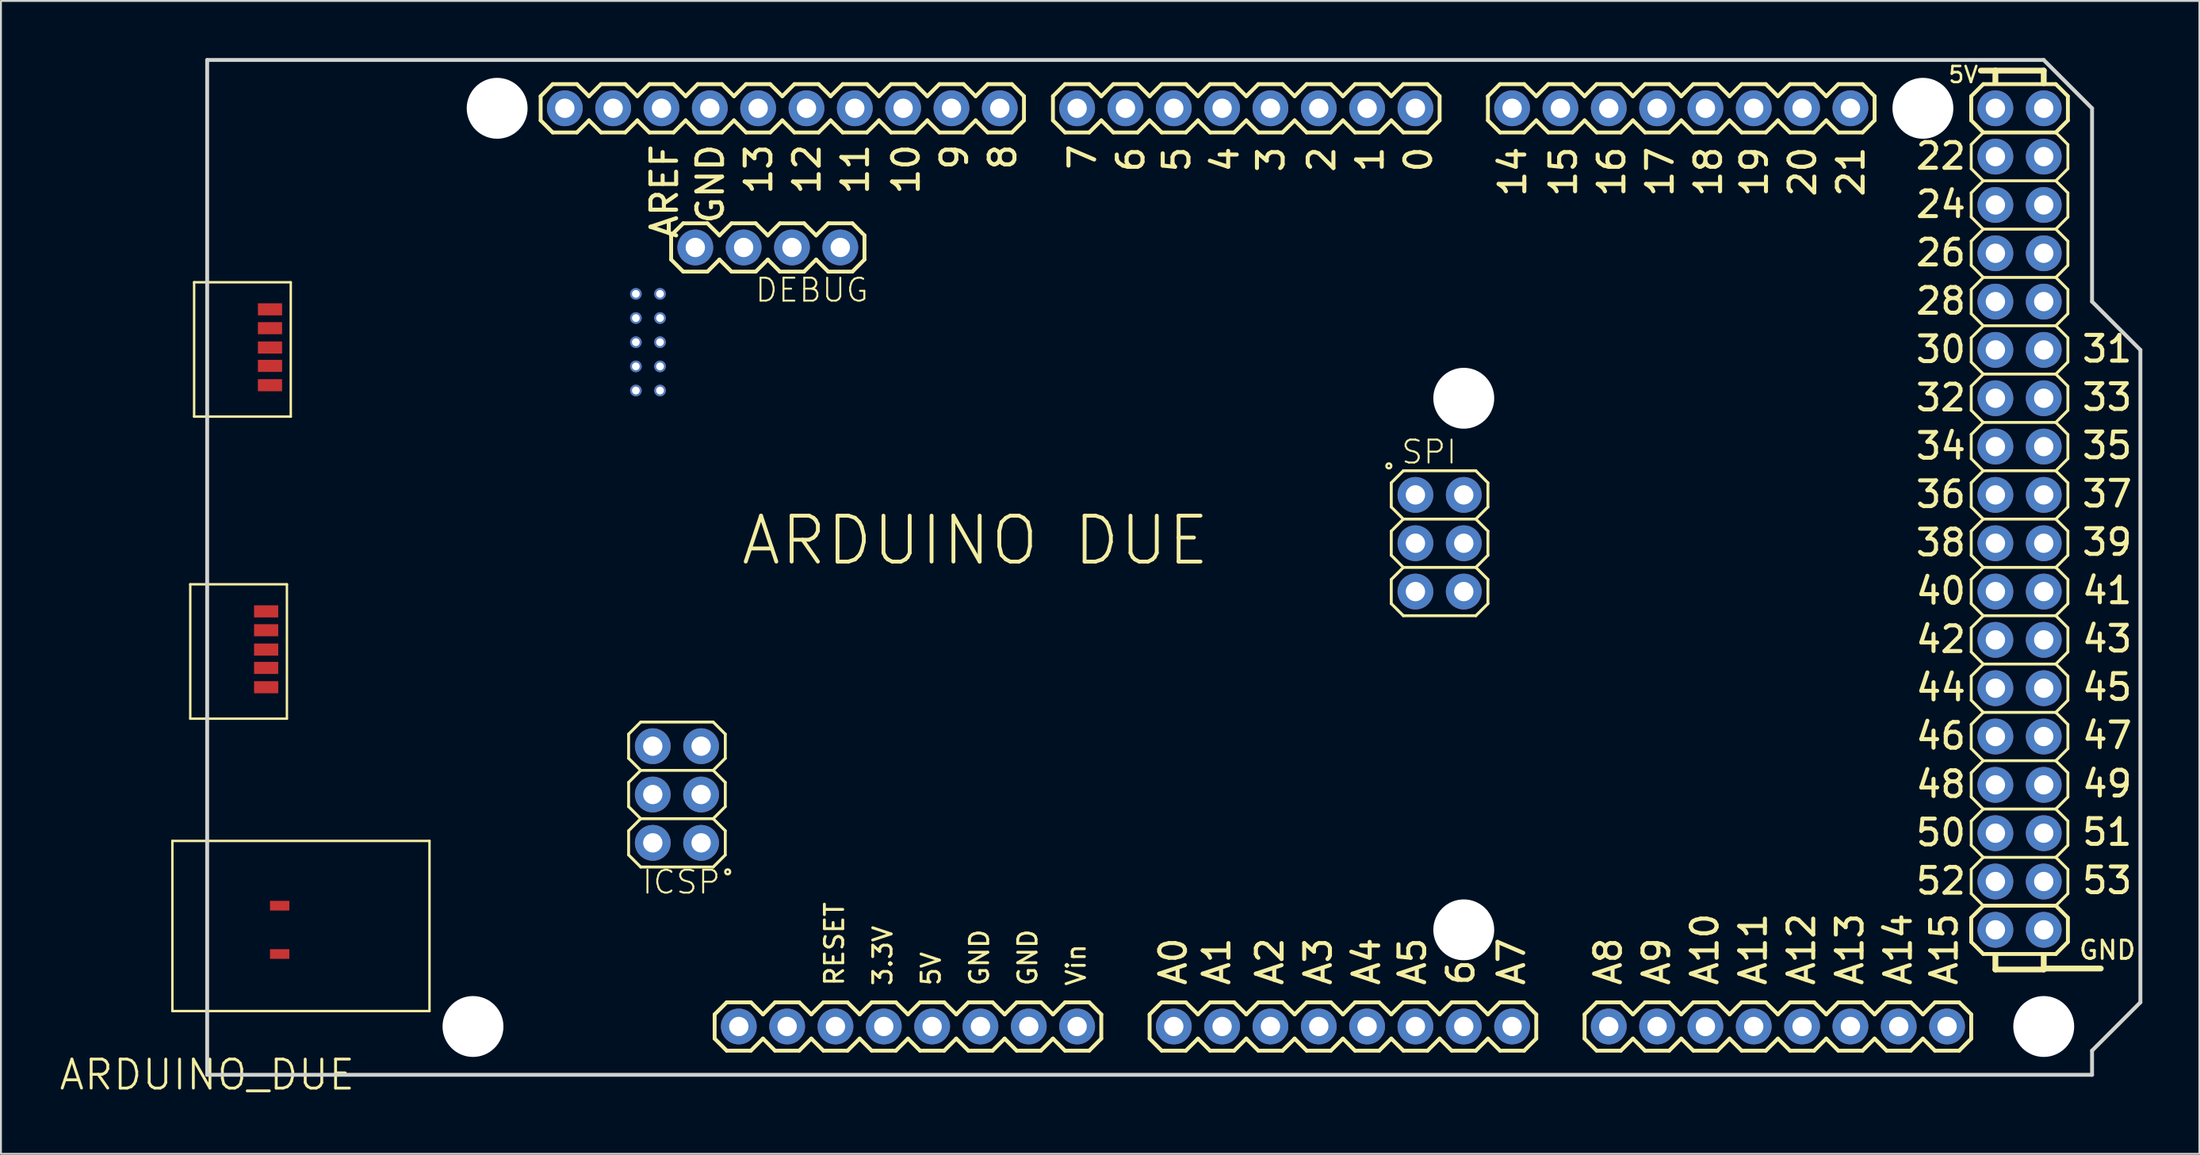
<source format=kicad_pcb>
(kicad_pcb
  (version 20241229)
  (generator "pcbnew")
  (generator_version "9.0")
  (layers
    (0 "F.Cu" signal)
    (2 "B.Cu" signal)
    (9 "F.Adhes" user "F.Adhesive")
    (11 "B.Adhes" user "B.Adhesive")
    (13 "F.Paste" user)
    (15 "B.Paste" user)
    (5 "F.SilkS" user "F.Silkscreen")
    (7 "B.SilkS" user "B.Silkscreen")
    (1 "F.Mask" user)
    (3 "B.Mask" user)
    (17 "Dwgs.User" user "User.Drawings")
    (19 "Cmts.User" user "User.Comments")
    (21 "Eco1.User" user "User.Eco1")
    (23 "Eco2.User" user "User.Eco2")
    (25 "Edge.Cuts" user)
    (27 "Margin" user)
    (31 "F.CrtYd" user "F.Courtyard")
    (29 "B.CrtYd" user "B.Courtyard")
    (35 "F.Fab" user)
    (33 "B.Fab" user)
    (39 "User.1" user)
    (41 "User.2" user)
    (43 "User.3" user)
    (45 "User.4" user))
  (footprint "ARDUINO_DUE"
    (layer "F.Cu")
    (at 7.838 53.442)
    (property "Reference" "ARDUINO_DUE" (at 0 0 0) (layer "F.SilkS") (effects (font (size 1.524 1.524) (thickness 0.15))))
    (attr through_hole)
    (fp_line (start -1.829 -12.294) (end -1.829 -3.353) (stroke (width 0.127) (type solid)) (layer "F.SilkS"))
    (fp_line (start -1.829 -3.353) (end 11.684 -3.353) (stroke (width 0.127) (type solid)) (layer "F.SilkS"))
    (fp_line (start -0.889 -25.781) (end -0.889 -18.72) (stroke (width 0.127) (type solid)) (layer "F.SilkS"))
    (fp_line (start -0.889 -18.72) (end 4.191 -18.72) (stroke (width 0.127) (type solid)) (layer "F.SilkS"))
    (fp_line (start -0.686 -41.656) (end -0.686 -34.595) (stroke (width 0.127) (type solid)) (layer "F.SilkS"))
    (fp_line (start -0.686 -34.595) (end 4.394 -34.595) (stroke (width 0.127) (type solid)) (layer "F.SilkS"))
    (fp_line (start 4.191 -25.781) (end -0.889 -25.781) (stroke (width 0.127) (type solid)) (layer "F.SilkS"))
    (fp_line (start 4.191 -18.72) (end 4.191 -25.781) (stroke (width 0.127) (type solid)) (layer "F.SilkS"))
    (fp_line (start 4.394 -41.656) (end -0.686 -41.656) (stroke (width 0.127) (type solid)) (layer "F.SilkS"))
    (fp_line (start 4.394 -34.595) (end 4.394 -41.656) (stroke (width 0.127) (type solid)) (layer "F.SilkS"))
    (fp_line (start 11.684 -12.294) (end -1.829 -12.294) (stroke (width 0.127) (type solid)) (layer "F.SilkS"))
    (fp_line (start 11.684 -3.353) (end 11.684 -12.294) (stroke (width 0.127) (type solid)) (layer "F.SilkS"))
    (fp_line (start 17.526 -51.435) (end 17.526 -50.165) (stroke (width 0.203) (type solid)) (layer "F.SilkS"))
    (fp_line (start 17.526 -50.165) (end 18.161 -49.53) (stroke (width 0.203) (type solid)) (layer "F.SilkS"))
    (fp_line (start 18.161 -52.07) (end 17.526 -51.435) (stroke (width 0.203) (type solid)) (layer "F.SilkS"))
    (fp_line (start 18.161 -52.07) (end 19.431 -52.07) (stroke (width 0.203) (type solid)) (layer "F.SilkS"))
    (fp_line (start 19.431 -52.07) (end 20.066 -51.435) (stroke (width 0.203) (type solid)) (layer "F.SilkS"))
    (fp_line (start 19.431 -49.53) (end 18.161 -49.53) (stroke (width 0.203) (type solid)) (layer "F.SilkS"))
    (fp_line (start 20.066 -50.165) (end 19.431 -49.53) (stroke (width 0.203) (type solid)) (layer "F.SilkS"))
    (fp_line (start 20.066 -50.165) (end 20.701 -49.53) (stroke (width 0.203) (type solid)) (layer "F.SilkS"))
    (fp_line (start 20.701 -52.07) (end 20.066 -51.435) (stroke (width 0.203) (type solid)) (layer "F.SilkS"))
    (fp_line (start 20.701 -52.07) (end 21.971 -52.07) (stroke (width 0.203) (type solid)) (layer "F.SilkS"))
    (fp_line (start 21.971 -52.07) (end 22.606 -51.435) (stroke (width 0.203) (type solid)) (layer "F.SilkS"))
    (fp_line (start 21.971 -49.53) (end 20.701 -49.53) (stroke (width 0.203) (type solid)) (layer "F.SilkS"))
    (fp_line (start 22.149 -17.907) (end 22.149 -16.637) (stroke (width 0.152) (type solid)) (layer "F.SilkS"))
    (fp_line (start 22.149 -16.637) (end 22.784 -16.002) (stroke (width 0.152) (type solid)) (layer "F.SilkS"))
    (fp_line (start 22.149 -15.367) (end 22.149 -14.097) (stroke (width 0.152) (type solid)) (layer "F.SilkS"))
    (fp_line (start 22.149 -14.097) (end 22.784 -13.462) (stroke (width 0.152) (type solid)) (layer "F.SilkS"))
    (fp_line (start 22.149 -12.827) (end 22.149 -11.557) (stroke (width 0.152) (type solid)) (layer "F.SilkS"))
    (fp_line (start 22.149 -11.557) (end 22.784 -10.922) (stroke (width 0.152) (type solid)) (layer "F.SilkS"))
    (fp_line (start 22.606 -50.165) (end 21.971 -49.53) (stroke (width 0.203) (type solid)) (layer "F.SilkS"))
    (fp_line (start 22.606 -50.165) (end 23.241 -49.53) (stroke (width 0.203) (type solid)) (layer "F.SilkS"))
    (fp_line (start 22.784 -18.542) (end 22.149 -17.907) (stroke (width 0.152) (type solid)) (layer "F.SilkS"))
    (fp_line (start 22.784 -16.002) (end 22.149 -15.367) (stroke (width 0.152) (type solid)) (layer "F.SilkS"))
    (fp_line (start 22.784 -13.462) (end 22.149 -12.827) (stroke (width 0.152) (type solid)) (layer "F.SilkS"))
    (fp_line (start 23.241 -52.07) (end 22.606 -51.435) (stroke (width 0.203) (type solid)) (layer "F.SilkS"))
    (fp_line (start 23.241 -52.07) (end 24.511 -52.07) (stroke (width 0.203) (type solid)) (layer "F.SilkS"))
    (fp_line (start 24.384 -44.12) (end 24.384 -42.85) (stroke (width 0.203) (type solid)) (layer "F.SilkS"))
    (fp_line (start 24.384 -42.85) (end 25.019 -42.215) (stroke (width 0.203) (type solid)) (layer "F.SilkS"))
    (fp_line (start 24.511 -52.07) (end 25.146 -51.435) (stroke (width 0.203) (type solid)) (layer "F.SilkS"))
    (fp_line (start 24.511 -49.53) (end 23.241 -49.53) (stroke (width 0.203) (type solid)) (layer "F.SilkS"))
    (fp_line (start 25.019 -44.755) (end 24.384 -44.12) (stroke (width 0.203) (type solid)) (layer "F.SilkS"))
    (fp_line (start 25.019 -44.755) (end 26.289 -44.755) (stroke (width 0.203) (type solid)) (layer "F.SilkS"))
    (fp_line (start 25.146 -51.435) (end 25.781 -52.07) (stroke (width 0.203) (type solid)) (layer "F.SilkS"))
    (fp_line (start 25.146 -50.165) (end 24.511 -49.53) (stroke (width 0.203) (type solid)) (layer "F.SilkS"))
    (fp_line (start 25.781 -52.07) (end 27.051 -52.07) (stroke (width 0.203) (type solid)) (layer "F.SilkS"))
    (fp_line (start 25.781 -49.53) (end 25.146 -50.165) (stroke (width 0.203) (type solid)) (layer "F.SilkS"))
    (fp_line (start 26.289 -44.755) (end 26.924 -44.12) (stroke (width 0.203) (type solid)) (layer "F.SilkS"))
    (fp_line (start 26.289 -42.215) (end 25.019 -42.215) (stroke (width 0.203) (type solid)) (layer "F.SilkS"))
    (fp_line (start 26.594 -18.542) (end 22.784 -18.542) (stroke (width 0.152) (type solid)) (layer "F.SilkS"))
    (fp_line (start 26.594 -18.542) (end 27.229 -17.907) (stroke (width 0.152) (type solid)) (layer "F.SilkS"))
    (fp_line (start 26.594 -16.002) (end 22.784 -16.002) (stroke (width 0.152) (type solid)) (layer "F.SilkS"))
    (fp_line (start 26.594 -16.002) (end 27.229 -15.367) (stroke (width 0.152) (type solid)) (layer "F.SilkS"))
    (fp_line (start 26.594 -13.462) (end 22.784 -13.462) (stroke (width 0.152) (type solid)) (layer "F.SilkS"))
    (fp_line (start 26.594 -13.462) (end 27.229 -12.827) (stroke (width 0.152) (type solid)) (layer "F.SilkS"))
    (fp_line (start 26.594 -10.922) (end 22.784 -10.922) (stroke (width 0.152) (type solid)) (layer "F.SilkS"))
    (fp_line (start 26.67 -3.175) (end 26.67 -1.905) (stroke (width 0.203) (type solid)) (layer "F.SilkS"))
    (fp_line (start 26.67 -1.905) (end 27.305 -1.27) (stroke (width 0.203) (type solid)) (layer "F.SilkS"))
    (fp_line (start 26.924 -42.85) (end 26.289 -42.215) (stroke (width 0.203) (type solid)) (layer "F.SilkS"))
    (fp_line (start 26.924 -42.85) (end 27.559 -42.215) (stroke (width 0.203) (type solid)) (layer "F.SilkS"))
    (fp_line (start 27.051 -52.07) (end 27.686 -51.435) (stroke (width 0.203) (type solid)) (layer "F.SilkS"))
    (fp_line (start 27.051 -49.53) (end 25.781 -49.53) (stroke (width 0.203) (type solid)) (layer "F.SilkS"))
    (fp_line (start 27.229 -17.907) (end 27.229 -16.637) (stroke (width 0.152) (type solid)) (layer "F.SilkS"))
    (fp_line (start 27.229 -16.637) (end 26.594 -16.002) (stroke (width 0.152) (type solid)) (layer "F.SilkS"))
    (fp_line (start 27.229 -15.367) (end 27.229 -14.097) (stroke (width 0.152) (type solid)) (layer "F.SilkS"))
    (fp_line (start 27.229 -14.097) (end 26.594 -13.462) (stroke (width 0.152) (type solid)) (layer "F.SilkS"))
    (fp_line (start 27.229 -12.827) (end 27.229 -11.557) (stroke (width 0.152) (type solid)) (layer "F.SilkS"))
    (fp_line (start 27.229 -11.557) (end 26.594 -10.922) (stroke (width 0.152) (type solid)) (layer "F.SilkS"))
    (fp_line (start 27.305 -3.81) (end 26.67 -3.175) (stroke (width 0.203) (type solid)) (layer "F.SilkS"))
    (fp_line (start 27.305 -3.81) (end 28.575 -3.81) (stroke (width 0.203) (type solid)) (layer "F.SilkS"))
    (fp_line (start 27.559 -44.755) (end 26.924 -44.12) (stroke (width 0.203) (type solid)) (layer "F.SilkS"))
    (fp_line (start 27.559 -44.755) (end 28.829 -44.755) (stroke (width 0.203) (type solid)) (layer "F.SilkS"))
    (fp_line (start 27.686 -51.435) (end 28.321 -52.07) (stroke (width 0.203) (type solid)) (layer "F.SilkS"))
    (fp_line (start 27.686 -50.165) (end 27.051 -49.53) (stroke (width 0.203) (type solid)) (layer "F.SilkS"))
    (fp_line (start 28.321 -52.07) (end 29.591 -52.07) (stroke (width 0.203) (type solid)) (layer "F.SilkS"))
    (fp_line (start 28.321 -49.53) (end 27.686 -50.165) (stroke (width 0.203) (type solid)) (layer "F.SilkS"))
    (fp_line (start 28.575 -3.81) (end 29.21 -3.175) (stroke (width 0.203) (type solid)) (layer "F.SilkS"))
    (fp_line (start 28.575 -1.27) (end 27.305 -1.27) (stroke (width 0.203) (type solid)) (layer "F.SilkS"))
    (fp_line (start 28.829 -44.755) (end 29.464 -44.12) (stroke (width 0.203) (type solid)) (layer "F.SilkS"))
    (fp_line (start 28.829 -42.215) (end 27.559 -42.215) (stroke (width 0.203) (type solid)) (layer "F.SilkS"))
    (fp_line (start 29.21 -1.905) (end 28.575 -1.27) (stroke (width 0.203) (type solid)) (layer "F.SilkS"))
    (fp_line (start 29.21 -1.905) (end 29.845 -1.27) (stroke (width 0.203) (type solid)) (layer "F.SilkS"))
    (fp_line (start 29.464 -42.85) (end 28.829 -42.215) (stroke (width 0.203) (type solid)) (layer "F.SilkS"))
    (fp_line (start 29.464 -42.85) (end 30.099 -42.215) (stroke (width 0.203) (type solid)) (layer "F.SilkS"))
    (fp_line (start 29.591 -52.07) (end 30.226 -51.435) (stroke (width 0.203) (type solid)) (layer "F.SilkS"))
    (fp_line (start 29.591 -49.53) (end 28.321 -49.53) (stroke (width 0.203) (type solid)) (layer "F.SilkS"))
    (fp_line (start 29.845 -3.81) (end 29.21 -3.175) (stroke (width 0.203) (type solid)) (layer "F.SilkS"))
    (fp_line (start 29.845 -3.81) (end 31.115 -3.81) (stroke (width 0.203) (type solid)) (layer "F.SilkS"))
    (fp_line (start 30.099 -44.755) (end 29.464 -44.12) (stroke (width 0.203) (type solid)) (layer "F.SilkS"))
    (fp_line (start 30.099 -44.755) (end 31.369 -44.755) (stroke (width 0.203) (type solid)) (layer "F.SilkS"))
    (fp_line (start 30.226 -50.165) (end 29.591 -49.53) (stroke (width 0.203) (type solid)) (layer "F.SilkS"))
    (fp_line (start 30.226 -50.165) (end 30.861 -49.53) (stroke (width 0.203) (type solid)) (layer "F.SilkS"))
    (fp_line (start 30.861 -52.07) (end 30.226 -51.435) (stroke (width 0.203) (type solid)) (layer "F.SilkS"))
    (fp_line (start 30.861 -52.07) (end 32.131 -52.07) (stroke (width 0.203) (type solid)) (layer "F.SilkS"))
    (fp_line (start 31.115 -3.81) (end 31.75 -3.175) (stroke (width 0.203) (type solid)) (layer "F.SilkS"))
    (fp_line (start 31.115 -1.27) (end 29.845 -1.27) (stroke (width 0.203) (type solid)) (layer "F.SilkS"))
    (fp_line (start 31.369 -44.755) (end 32.004 -44.12) (stroke (width 0.203) (type solid)) (layer "F.SilkS"))
    (fp_line (start 31.369 -42.215) (end 30.099 -42.215) (stroke (width 0.203) (type solid)) (layer "F.SilkS"))
    (fp_line (start 31.75 -1.905) (end 31.115 -1.27) (stroke (width 0.203) (type solid)) (layer "F.SilkS"))
    (fp_line (start 31.75 -1.905) (end 32.385 -1.27) (stroke (width 0.203) (type solid)) (layer "F.SilkS"))
    (fp_line (start 32.004 -44.12) (end 32.639 -44.755) (stroke (width 0.203) (type solid)) (layer "F.SilkS"))
    (fp_line (start 32.004 -42.85) (end 31.369 -42.215) (stroke (width 0.203) (type solid)) (layer "F.SilkS"))
    (fp_line (start 32.131 -52.07) (end 32.766 -51.435) (stroke (width 0.203) (type solid)) (layer "F.SilkS"))
    (fp_line (start 32.131 -49.53) (end 30.861 -49.53) (stroke (width 0.203) (type solid)) (layer "F.SilkS"))
    (fp_line (start 32.385 -3.81) (end 31.75 -3.175) (stroke (width 0.203) (type solid)) (layer "F.SilkS"))
    (fp_line (start 32.385 -3.81) (end 33.655 -3.81) (stroke (width 0.203) (type solid)) (layer "F.SilkS"))
    (fp_line (start 32.639 -44.755) (end 33.909 -44.755) (stroke (width 0.203) (type solid)) (layer "F.SilkS"))
    (fp_line (start 32.639 -42.215) (end 32.004 -42.85) (stroke (width 0.203) (type solid)) (layer "F.SilkS"))
    (fp_line (start 32.766 -51.435) (end 33.401 -52.07) (stroke (width 0.203) (type solid)) (layer "F.SilkS"))
    (fp_line (start 32.766 -50.165) (end 32.131 -49.53) (stroke (width 0.203) (type solid)) (layer "F.SilkS"))
    (fp_line (start 33.401 -52.07) (end 34.671 -52.07) (stroke (width 0.203) (type solid)) (layer "F.SilkS"))
    (fp_line (start 33.401 -49.53) (end 32.766 -50.165) (stroke (width 0.203) (type solid)) (layer "F.SilkS"))
    (fp_line (start 33.655 -3.81) (end 34.29 -3.175) (stroke (width 0.203) (type solid)) (layer "F.SilkS"))
    (fp_line (start 33.655 -1.27) (end 32.385 -1.27) (stroke (width 0.203) (type solid)) (layer "F.SilkS"))
    (fp_line (start 33.909 -44.755) (end 34.544 -44.12) (stroke (width 0.203) (type solid)) (layer "F.SilkS"))
    (fp_line (start 33.909 -42.215) (end 32.639 -42.215) (stroke (width 0.203) (type solid)) (layer "F.SilkS"))
    (fp_line (start 34.29 -3.175) (end 34.925 -3.81) (stroke (width 0.203) (type solid)) (layer "F.SilkS"))
    (fp_line (start 34.29 -1.905) (end 33.655 -1.27) (stroke (width 0.203) (type solid)) (layer "F.SilkS"))
    (fp_line (start 34.544 -44.12) (end 34.544 -42.85) (stroke (width 0.203) (type solid)) (layer "F.SilkS"))
    (fp_line (start 34.544 -42.85) (end 33.909 -42.215) (stroke (width 0.203) (type solid)) (layer "F.SilkS"))
    (fp_line (start 34.671 -52.07) (end 35.306 -51.435) (stroke (width 0.203) (type solid)) (layer "F.SilkS"))
    (fp_line (start 34.671 -49.53) (end 33.401 -49.53) (stroke (width 0.203) (type solid)) (layer "F.SilkS"))
    (fp_line (start 34.925 -3.81) (end 36.195 -3.81) (stroke (width 0.203) (type solid)) (layer "F.SilkS"))
    (fp_line (start 34.925 -1.27) (end 34.29 -1.905) (stroke (width 0.203) (type solid)) (layer "F.SilkS"))
    (fp_line (start 35.306 -51.435) (end 35.941 -52.07) (stroke (width 0.203) (type solid)) (layer "F.SilkS"))
    (fp_line (start 35.306 -50.165) (end 34.671 -49.53) (stroke (width 0.203) (type solid)) (layer "F.SilkS"))
    (fp_line (start 35.941 -52.07) (end 37.211 -52.07) (stroke (width 0.203) (type solid)) (layer "F.SilkS"))
    (fp_line (start 35.941 -49.53) (end 35.306 -50.165) (stroke (width 0.203) (type solid)) (layer "F.SilkS"))
    (fp_line (start 36.195 -3.81) (end 36.83 -3.175) (stroke (width 0.203) (type solid)) (layer "F.SilkS"))
    (fp_line (start 36.195 -1.27) (end 34.925 -1.27) (stroke (width 0.203) (type solid)) (layer "F.SilkS"))
    (fp_line (start 36.83 -3.175) (end 37.465 -3.81) (stroke (width 0.203) (type solid)) (layer "F.SilkS"))
    (fp_line (start 36.83 -1.905) (end 36.195 -1.27) (stroke (width 0.203) (type solid)) (layer "F.SilkS"))
    (fp_line (start 37.211 -52.07) (end 37.846 -51.435) (stroke (width 0.203) (type solid)) (layer "F.SilkS"))
    (fp_line (start 37.211 -49.53) (end 35.941 -49.53) (stroke (width 0.203) (type solid)) (layer "F.SilkS"))
    (fp_line (start 37.465 -3.81) (end 38.735 -3.81) (stroke (width 0.203) (type solid)) (layer "F.SilkS"))
    (fp_line (start 37.465 -1.27) (end 36.83 -1.905) (stroke (width 0.203) (type solid)) (layer "F.SilkS"))
    (fp_line (start 37.846 -50.165) (end 37.211 -49.53) (stroke (width 0.203) (type solid)) (layer "F.SilkS"))
    (fp_line (start 37.846 -50.165) (end 38.481 -49.53) (stroke (width 0.203) (type solid)) (layer "F.SilkS"))
    (fp_line (start 38.481 -52.07) (end 37.846 -51.435) (stroke (width 0.203) (type solid)) (layer "F.SilkS"))
    (fp_line (start 38.481 -52.07) (end 39.751 -52.07) (stroke (width 0.203) (type solid)) (layer "F.SilkS"))
    (fp_line (start 38.735 -3.81) (end 39.37 -3.175) (stroke (width 0.203) (type solid)) (layer "F.SilkS"))
    (fp_line (start 38.735 -1.27) (end 37.465 -1.27) (stroke (width 0.203) (type solid)) (layer "F.SilkS"))
    (fp_line (start 39.37 -1.905) (end 38.735 -1.27) (stroke (width 0.203) (type solid)) (layer "F.SilkS"))
    (fp_line (start 39.37 -1.905) (end 40.005 -1.27) (stroke (width 0.203) (type solid)) (layer "F.SilkS"))
    (fp_line (start 39.751 -52.07) (end 40.386 -51.435) (stroke (width 0.203) (type solid)) (layer "F.SilkS"))
    (fp_line (start 39.751 -49.53) (end 38.481 -49.53) (stroke (width 0.203) (type solid)) (layer "F.SilkS"))
    (fp_line (start 40.005 -3.81) (end 39.37 -3.175) (stroke (width 0.203) (type solid)) (layer "F.SilkS"))
    (fp_line (start 40.005 -3.81) (end 41.275 -3.81) (stroke (width 0.203) (type solid)) (layer "F.SilkS"))
    (fp_line (start 40.386 -50.165) (end 39.751 -49.53) (stroke (width 0.203) (type solid)) (layer "F.SilkS"))
    (fp_line (start 40.386 -50.165) (end 41.021 -49.53) (stroke (width 0.203) (type solid)) (layer "F.SilkS"))
    (fp_line (start 41.021 -52.07) (end 40.386 -51.435) (stroke (width 0.203) (type solid)) (layer "F.SilkS"))
    (fp_line (start 41.021 -52.07) (end 42.291 -52.07) (stroke (width 0.203) (type solid)) (layer "F.SilkS"))
    (fp_line (start 41.275 -3.81) (end 41.91 -3.175) (stroke (width 0.203) (type solid)) (layer "F.SilkS"))
    (fp_line (start 41.275 -1.27) (end 40.005 -1.27) (stroke (width 0.203) (type solid)) (layer "F.SilkS"))
    (fp_line (start 41.91 -3.175) (end 42.545 -3.81) (stroke (width 0.203) (type solid)) (layer "F.SilkS"))
    (fp_line (start 41.91 -1.905) (end 41.275 -1.27) (stroke (width 0.203) (type solid)) (layer "F.SilkS"))
    (fp_line (start 42.291 -52.07) (end 42.926 -51.435) (stroke (width 0.203) (type solid)) (layer "F.SilkS"))
    (fp_line (start 42.291 -49.53) (end 41.021 -49.53) (stroke (width 0.203) (type solid)) (layer "F.SilkS"))
    (fp_line (start 42.545 -3.81) (end 43.815 -3.81) (stroke (width 0.203) (type solid)) (layer "F.SilkS"))
    (fp_line (start 42.545 -1.27) (end 41.91 -1.905) (stroke (width 0.203) (type solid)) (layer "F.SilkS"))
    (fp_line (start 42.926 -51.435) (end 42.926 -50.165) (stroke (width 0.203) (type solid)) (layer "F.SilkS"))
    (fp_line (start 42.926 -50.165) (end 42.291 -49.53) (stroke (width 0.203) (type solid)) (layer "F.SilkS"))
    (fp_line (start 43.815 -3.81) (end 44.45 -3.175) (stroke (width 0.203) (type solid)) (layer "F.SilkS"))
    (fp_line (start 43.815 -1.27) (end 42.545 -1.27) (stroke (width 0.203) (type solid)) (layer "F.SilkS"))
    (fp_line (start 44.45 -51.435) (end 44.45 -50.165) (stroke (width 0.203) (type solid)) (layer "F.SilkS"))
    (fp_line (start 44.45 -50.165) (end 45.085 -49.53) (stroke (width 0.203) (type solid)) (layer "F.SilkS"))
    (fp_line (start 44.45 -3.175) (end 45.085 -3.81) (stroke (width 0.203) (type solid)) (layer "F.SilkS"))
    (fp_line (start 44.45 -1.905) (end 43.815 -1.27) (stroke (width 0.203) (type solid)) (layer "F.SilkS"))
    (fp_line (start 45.085 -52.07) (end 44.45 -51.435) (stroke (width 0.203) (type solid)) (layer "F.SilkS"))
    (fp_line (start 45.085 -52.07) (end 46.355 -52.07) (stroke (width 0.203) (type solid)) (layer "F.SilkS"))
    (fp_line (start 45.085 -3.81) (end 46.355 -3.81) (stroke (width 0.203) (type solid)) (layer "F.SilkS"))
    (fp_line (start 45.085 -1.27) (end 44.45 -1.905) (stroke (width 0.203) (type solid)) (layer "F.SilkS"))
    (fp_line (start 46.355 -52.07) (end 46.99 -51.435) (stroke (width 0.203) (type solid)) (layer "F.SilkS"))
    (fp_line (start 46.355 -49.53) (end 45.085 -49.53) (stroke (width 0.203) (type solid)) (layer "F.SilkS"))
    (fp_line (start 46.355 -3.81) (end 46.99 -3.175) (stroke (width 0.203) (type solid)) (layer "F.SilkS"))
    (fp_line (start 46.355 -1.27) (end 45.085 -1.27) (stroke (width 0.203) (type solid)) (layer "F.SilkS"))
    (fp_line (start 46.99 -51.435) (end 47.625 -52.07) (stroke (width 0.203) (type solid)) (layer "F.SilkS"))
    (fp_line (start 46.99 -50.165) (end 46.355 -49.53) (stroke (width 0.203) (type solid)) (layer "F.SilkS"))
    (fp_line (start 46.99 -3.175) (end 46.99 -1.905) (stroke (width 0.203) (type solid)) (layer "F.SilkS"))
    (fp_line (start 46.99 -1.905) (end 46.355 -1.27) (stroke (width 0.203) (type solid)) (layer "F.SilkS"))
    (fp_line (start 47.625 -52.07) (end 48.895 -52.07) (stroke (width 0.203) (type solid)) (layer "F.SilkS"))
    (fp_line (start 47.625 -49.53) (end 46.99 -50.165) (stroke (width 0.203) (type solid)) (layer "F.SilkS"))
    (fp_line (start 48.895 -52.07) (end 49.53 -51.435) (stroke (width 0.203) (type solid)) (layer "F.SilkS"))
    (fp_line (start 48.895 -49.53) (end 47.625 -49.53) (stroke (width 0.203) (type solid)) (layer "F.SilkS"))
    (fp_line (start 49.53 -51.435) (end 50.165 -52.07) (stroke (width 0.203) (type solid)) (layer "F.SilkS"))
    (fp_line (start 49.53 -50.165) (end 48.895 -49.53) (stroke (width 0.203) (type solid)) (layer "F.SilkS"))
    (fp_line (start 49.53 -3.175) (end 49.53 -1.905) (stroke (width 0.203) (type solid)) (layer "F.SilkS"))
    (fp_line (start 49.53 -1.905) (end 50.165 -1.27) (stroke (width 0.203) (type solid)) (layer "F.SilkS"))
    (fp_line (start 50.165 -52.07) (end 51.435 -52.07) (stroke (width 0.203) (type solid)) (layer "F.SilkS"))
    (fp_line (start 50.165 -49.53) (end 49.53 -50.165) (stroke (width 0.203) (type solid)) (layer "F.SilkS"))
    (fp_line (start 50.165 -3.81) (end 49.53 -3.175) (stroke (width 0.203) (type solid)) (layer "F.SilkS"))
    (fp_line (start 50.165 -3.81) (end 51.435 -3.81) (stroke (width 0.203) (type solid)) (layer "F.SilkS"))
    (fp_line (start 51.435 -52.07) (end 52.07 -51.435) (stroke (width 0.203) (type solid)) (layer "F.SilkS"))
    (fp_line (start 51.435 -49.53) (end 50.165 -49.53) (stroke (width 0.203) (type solid)) (layer "F.SilkS"))
    (fp_line (start 51.435 -3.81) (end 52.07 -3.175) (stroke (width 0.203) (type solid)) (layer "F.SilkS"))
    (fp_line (start 51.435 -1.27) (end 50.165 -1.27) (stroke (width 0.203) (type solid)) (layer "F.SilkS"))
    (fp_line (start 52.07 -50.165) (end 51.435 -49.53) (stroke (width 0.203) (type solid)) (layer "F.SilkS"))
    (fp_line (start 52.07 -50.165) (end 52.705 -49.53) (stroke (width 0.203) (type solid)) (layer "F.SilkS"))
    (fp_line (start 52.07 -3.175) (end 52.705 -3.81) (stroke (width 0.203) (type solid)) (layer "F.SilkS"))
    (fp_line (start 52.07 -1.905) (end 51.435 -1.27) (stroke (width 0.203) (type solid)) (layer "F.SilkS"))
    (fp_line (start 52.705 -52.07) (end 52.07 -51.435) (stroke (width 0.203) (type solid)) (layer "F.SilkS"))
    (fp_line (start 52.705 -52.07) (end 53.975 -52.07) (stroke (width 0.203) (type solid)) (layer "F.SilkS"))
    (fp_line (start 52.705 -3.81) (end 53.975 -3.81) (stroke (width 0.203) (type solid)) (layer "F.SilkS"))
    (fp_line (start 52.705 -1.27) (end 52.07 -1.905) (stroke (width 0.203) (type solid)) (layer "F.SilkS"))
    (fp_line (start 53.975 -52.07) (end 54.61 -51.435) (stroke (width 0.203) (type solid)) (layer "F.SilkS"))
    (fp_line (start 53.975 -49.53) (end 52.705 -49.53) (stroke (width 0.203) (type solid)) (layer "F.SilkS"))
    (fp_line (start 53.975 -3.81) (end 54.61 -3.175) (stroke (width 0.203) (type solid)) (layer "F.SilkS"))
    (fp_line (start 53.975 -1.27) (end 52.705 -1.27) (stroke (width 0.203) (type solid)) (layer "F.SilkS"))
    (fp_line (start 54.61 -51.435) (end 55.245 -52.07) (stroke (width 0.203) (type solid)) (layer "F.SilkS"))
    (fp_line (start 54.61 -50.165) (end 53.975 -49.53) (stroke (width 0.203) (type solid)) (layer "F.SilkS"))
    (fp_line (start 54.61 -3.175) (end 55.245 -3.81) (stroke (width 0.203) (type solid)) (layer "F.SilkS"))
    (fp_line (start 54.61 -1.905) (end 53.975 -1.27) (stroke (width 0.203) (type solid)) (layer "F.SilkS"))
    (fp_line (start 55.245 -52.07) (end 56.515 -52.07) (stroke (width 0.203) (type solid)) (layer "F.SilkS"))
    (fp_line (start 55.245 -49.53) (end 54.61 -50.165) (stroke (width 0.203) (type solid)) (layer "F.SilkS"))
    (fp_line (start 55.245 -3.81) (end 56.515 -3.81) (stroke (width 0.203) (type solid)) (layer "F.SilkS"))
    (fp_line (start 55.245 -1.27) (end 54.61 -1.905) (stroke (width 0.203) (type solid)) (layer "F.SilkS"))
    (fp_line (start 56.515 -52.07) (end 57.15 -51.435) (stroke (width 0.203) (type solid)) (layer "F.SilkS"))
    (fp_line (start 56.515 -49.53) (end 55.245 -49.53) (stroke (width 0.203) (type solid)) (layer "F.SilkS"))
    (fp_line (start 56.515 -3.81) (end 57.15 -3.175) (stroke (width 0.203) (type solid)) (layer "F.SilkS"))
    (fp_line (start 56.515 -1.27) (end 55.245 -1.27) (stroke (width 0.203) (type solid)) (layer "F.SilkS"))
    (fp_line (start 57.15 -51.435) (end 57.785 -52.07) (stroke (width 0.203) (type solid)) (layer "F.SilkS"))
    (fp_line (start 57.15 -50.165) (end 56.515 -49.53) (stroke (width 0.203) (type solid)) (layer "F.SilkS"))
    (fp_line (start 57.15 -1.905) (end 56.515 -1.27) (stroke (width 0.203) (type solid)) (layer "F.SilkS"))
    (fp_line (start 57.15 -1.905) (end 57.785 -1.27) (stroke (width 0.203) (type solid)) (layer "F.SilkS"))
    (fp_line (start 57.785 -52.07) (end 59.055 -52.07) (stroke (width 0.203) (type solid)) (layer "F.SilkS"))
    (fp_line (start 57.785 -49.53) (end 57.15 -50.165) (stroke (width 0.203) (type solid)) (layer "F.SilkS"))
    (fp_line (start 57.785 -3.81) (end 57.15 -3.175) (stroke (width 0.203) (type solid)) (layer "F.SilkS"))
    (fp_line (start 57.785 -3.81) (end 59.055 -3.81) (stroke (width 0.203) (type solid)) (layer "F.SilkS"))
    (fp_line (start 59.055 -52.07) (end 59.69 -51.435) (stroke (width 0.203) (type solid)) (layer "F.SilkS"))
    (fp_line (start 59.055 -49.53) (end 57.785 -49.53) (stroke (width 0.203) (type solid)) (layer "F.SilkS"))
    (fp_line (start 59.055 -3.81) (end 59.69 -3.175) (stroke (width 0.203) (type solid)) (layer "F.SilkS"))
    (fp_line (start 59.055 -1.27) (end 57.785 -1.27) (stroke (width 0.203) (type solid)) (layer "F.SilkS"))
    (fp_line (start 59.69 -50.165) (end 59.055 -49.53) (stroke (width 0.203) (type solid)) (layer "F.SilkS"))
    (fp_line (start 59.69 -50.165) (end 60.325 -49.53) (stroke (width 0.203) (type solid)) (layer "F.SilkS"))
    (fp_line (start 59.69 -3.175) (end 60.325 -3.81) (stroke (width 0.203) (type solid)) (layer "F.SilkS"))
    (fp_line (start 59.69 -1.905) (end 59.055 -1.27) (stroke (width 0.203) (type solid)) (layer "F.SilkS"))
    (fp_line (start 60.325 -52.07) (end 59.69 -51.435) (stroke (width 0.203) (type solid)) (layer "F.SilkS"))
    (fp_line (start 60.325 -52.07) (end 61.595 -52.07) (stroke (width 0.203) (type solid)) (layer "F.SilkS"))
    (fp_line (start 60.325 -3.81) (end 61.595 -3.81) (stroke (width 0.203) (type solid)) (layer "F.SilkS"))
    (fp_line (start 60.325 -1.27) (end 59.69 -1.905) (stroke (width 0.203) (type solid)) (layer "F.SilkS"))
    (fp_line (start 61.595 -52.07) (end 62.23 -51.435) (stroke (width 0.203) (type solid)) (layer "F.SilkS"))
    (fp_line (start 61.595 -49.53) (end 60.325 -49.53) (stroke (width 0.203) (type solid)) (layer "F.SilkS"))
    (fp_line (start 61.595 -3.81) (end 62.23 -3.175) (stroke (width 0.203) (type solid)) (layer "F.SilkS"))
    (fp_line (start 61.595 -1.27) (end 60.325 -1.27) (stroke (width 0.203) (type solid)) (layer "F.SilkS"))
    (fp_line (start 62.23 -50.165) (end 61.595 -49.53) (stroke (width 0.203) (type solid)) (layer "F.SilkS"))
    (fp_line (start 62.23 -50.165) (end 62.865 -49.53) (stroke (width 0.203) (type solid)) (layer "F.SilkS"))
    (fp_line (start 62.23 -31.115) (end 62.865 -31.75) (stroke (width 0.152) (type solid)) (layer "F.SilkS"))
    (fp_line (start 62.23 -29.845) (end 62.23 -31.115) (stroke (width 0.152) (type solid)) (layer "F.SilkS"))
    (fp_line (start 62.23 -28.575) (end 62.865 -29.21) (stroke (width 0.152) (type solid)) (layer "F.SilkS"))
    (fp_line (start 62.23 -27.305) (end 62.23 -28.575) (stroke (width 0.152) (type solid)) (layer "F.SilkS"))
    (fp_line (start 62.23 -26.035) (end 62.865 -26.67) (stroke (width 0.152) (type solid)) (layer "F.SilkS"))
    (fp_line (start 62.23 -24.765) (end 62.23 -26.035) (stroke (width 0.152) (type solid)) (layer "F.SilkS"))
    (fp_line (start 62.23 -3.175) (end 62.865 -3.81) (stroke (width 0.203) (type solid)) (layer "F.SilkS"))
    (fp_line (start 62.23 -1.905) (end 61.595 -1.27) (stroke (width 0.203) (type solid)) (layer "F.SilkS"))
    (fp_line (start 62.865 -52.07) (end 62.23 -51.435) (stroke (width 0.203) (type solid)) (layer "F.SilkS"))
    (fp_line (start 62.865 -52.07) (end 64.135 -52.07) (stroke (width 0.203) (type solid)) (layer "F.SilkS"))
    (fp_line (start 62.865 -31.75) (end 66.675 -31.75) (stroke (width 0.152) (type solid)) (layer "F.SilkS"))
    (fp_line (start 62.865 -29.21) (end 62.23 -29.845) (stroke (width 0.152) (type solid)) (layer "F.SilkS"))
    (fp_line (start 62.865 -29.21) (end 66.675 -29.21) (stroke (width 0.152) (type solid)) (layer "F.SilkS"))
    (fp_line (start 62.865 -26.67) (end 62.23 -27.305) (stroke (width 0.152) (type solid)) (layer "F.SilkS"))
    (fp_line (start 62.865 -26.67) (end 66.675 -26.67) (stroke (width 0.152) (type solid)) (layer "F.SilkS"))
    (fp_line (start 62.865 -24.13) (end 62.23 -24.765) (stroke (width 0.152) (type solid)) (layer "F.SilkS"))
    (fp_line (start 62.865 -24.13) (end 66.675 -24.13) (stroke (width 0.152) (type solid)) (layer "F.SilkS"))
    (fp_line (start 62.865 -3.81) (end 64.135 -3.81) (stroke (width 0.203) (type solid)) (layer "F.SilkS"))
    (fp_line (start 62.865 -1.27) (end 62.23 -1.905) (stroke (width 0.203) (type solid)) (layer "F.SilkS"))
    (fp_line (start 64.135 -52.07) (end 64.77 -51.435) (stroke (width 0.203) (type solid)) (layer "F.SilkS"))
    (fp_line (start 64.135 -49.53) (end 62.865 -49.53) (stroke (width 0.203) (type solid)) (layer "F.SilkS"))
    (fp_line (start 64.135 -3.81) (end 64.77 -3.175) (stroke (width 0.203) (type solid)) (layer "F.SilkS"))
    (fp_line (start 64.135 -1.27) (end 62.865 -1.27) (stroke (width 0.203) (type solid)) (layer "F.SilkS"))
    (fp_line (start 64.77 -51.435) (end 64.77 -50.165) (stroke (width 0.203) (type solid)) (layer "F.SilkS"))
    (fp_line (start 64.77 -50.165) (end 64.135 -49.53) (stroke (width 0.203) (type solid)) (layer "F.SilkS"))
    (fp_line (start 64.77 -1.905) (end 64.135 -1.27) (stroke (width 0.203) (type solid)) (layer "F.SilkS"))
    (fp_line (start 64.77 -1.905) (end 65.405 -1.27) (stroke (width 0.203) (type solid)) (layer "F.SilkS"))
    (fp_line (start 65.405 -3.81) (end 64.77 -3.175) (stroke (width 0.203) (type solid)) (layer "F.SilkS"))
    (fp_line (start 65.405 -3.81) (end 66.675 -3.81) (stroke (width 0.203) (type solid)) (layer "F.SilkS"))
    (fp_line (start 66.675 -29.21) (end 67.31 -29.845) (stroke (width 0.152) (type solid)) (layer "F.SilkS"))
    (fp_line (start 66.675 -26.67) (end 67.31 -27.305) (stroke (width 0.152) (type solid)) (layer "F.SilkS"))
    (fp_line (start 66.675 -24.13) (end 67.31 -24.765) (stroke (width 0.152) (type solid)) (layer "F.SilkS"))
    (fp_line (start 66.675 -3.81) (end 67.31 -3.175) (stroke (width 0.203) (type solid)) (layer "F.SilkS"))
    (fp_line (start 66.675 -1.27) (end 65.405 -1.27) (stroke (width 0.203) (type solid)) (layer "F.SilkS"))
    (fp_line (start 67.31 -51.435) (end 67.31 -50.165) (stroke (width 0.203) (type solid)) (layer "F.SilkS"))
    (fp_line (start 67.31 -50.165) (end 67.945 -49.53) (stroke (width 0.203) (type solid)) (layer "F.SilkS"))
    (fp_line (start 67.31 -31.115) (end 66.675 -31.75) (stroke (width 0.152) (type solid)) (layer "F.SilkS"))
    (fp_line (start 67.31 -29.845) (end 67.31 -31.115) (stroke (width 0.152) (type solid)) (layer "F.SilkS"))
    (fp_line (start 67.31 -28.575) (end 66.675 -29.21) (stroke (width 0.152) (type solid)) (layer "F.SilkS"))
    (fp_line (start 67.31 -27.305) (end 67.31 -28.575) (stroke (width 0.152) (type solid)) (layer "F.SilkS"))
    (fp_line (start 67.31 -26.035) (end 66.675 -26.67) (stroke (width 0.152) (type solid)) (layer "F.SilkS"))
    (fp_line (start 67.31 -24.765) (end 67.31 -26.035) (stroke (width 0.152) (type solid)) (layer "F.SilkS"))
    (fp_line (start 67.31 -1.905) (end 66.675 -1.27) (stroke (width 0.203) (type solid)) (layer "F.SilkS"))
    (fp_line (start 67.31 -1.905) (end 67.945 -1.27) (stroke (width 0.203) (type solid)) (layer "F.SilkS"))
    (fp_line (start 67.945 -52.07) (end 67.31 -51.435) (stroke (width 0.203) (type solid)) (layer "F.SilkS"))
    (fp_line (start 67.945 -52.07) (end 69.215 -52.07) (stroke (width 0.203) (type solid)) (layer "F.SilkS"))
    (fp_line (start 67.945 -3.81) (end 67.31 -3.175) (stroke (width 0.203) (type solid)) (layer "F.SilkS"))
    (fp_line (start 67.945 -3.81) (end 69.215 -3.81) (stroke (width 0.203) (type solid)) (layer "F.SilkS"))
    (fp_line (start 69.215 -52.07) (end 69.85 -51.435) (stroke (width 0.203) (type solid)) (layer "F.SilkS"))
    (fp_line (start 69.215 -49.53) (end 67.945 -49.53) (stroke (width 0.203) (type solid)) (layer "F.SilkS"))
    (fp_line (start 69.215 -3.81) (end 69.85 -3.175) (stroke (width 0.203) (type solid)) (layer "F.SilkS"))
    (fp_line (start 69.215 -1.27) (end 67.945 -1.27) (stroke (width 0.203) (type solid)) (layer "F.SilkS"))
    (fp_line (start 69.85 -51.435) (end 70.485 -52.07) (stroke (width 0.203) (type solid)) (layer "F.SilkS"))
    (fp_line (start 69.85 -50.165) (end 69.215 -49.53) (stroke (width 0.203) (type solid)) (layer "F.SilkS"))
    (fp_line (start 69.85 -3.175) (end 69.85 -1.905) (stroke (width 0.203) (type solid)) (layer "F.SilkS"))
    (fp_line (start 69.85 -1.905) (end 69.215 -1.27) (stroke (width 0.203) (type solid)) (layer "F.SilkS"))
    (fp_line (start 70.485 -52.07) (end 71.755 -52.07) (stroke (width 0.203) (type solid)) (layer "F.SilkS"))
    (fp_line (start 70.485 -49.53) (end 69.85 -50.165) (stroke (width 0.203) (type solid)) (layer "F.SilkS"))
    (fp_line (start 71.755 -52.07) (end 72.39 -51.435) (stroke (width 0.203) (type solid)) (layer "F.SilkS"))
    (fp_line (start 71.755 -49.53) (end 70.485 -49.53) (stroke (width 0.203) (type solid)) (layer "F.SilkS"))
    (fp_line (start 72.39 -51.435) (end 73.025 -52.07) (stroke (width 0.203) (type solid)) (layer "F.SilkS"))
    (fp_line (start 72.39 -50.165) (end 71.755 -49.53) (stroke (width 0.203) (type solid)) (layer "F.SilkS"))
    (fp_line (start 72.39 -3.175) (end 72.39 -1.905) (stroke (width 0.203) (type solid)) (layer "F.SilkS"))
    (fp_line (start 72.39 -1.905) (end 73.025 -1.27) (stroke (width 0.203) (type solid)) (layer "F.SilkS"))
    (fp_line (start 73.025 -52.07) (end 74.295 -52.07) (stroke (width 0.203) (type solid)) (layer "F.SilkS"))
    (fp_line (start 73.025 -49.53) (end 72.39 -50.165) (stroke (width 0.203) (type solid)) (layer "F.SilkS"))
    (fp_line (start 73.025 -3.81) (end 72.39 -3.175) (stroke (width 0.203) (type solid)) (layer "F.SilkS"))
    (fp_line (start 73.025 -3.81) (end 74.295 -3.81) (stroke (width 0.203) (type solid)) (layer "F.SilkS"))
    (fp_line (start 74.295 -52.07) (end 74.93 -51.435) (stroke (width 0.203) (type solid)) (layer "F.SilkS"))
    (fp_line (start 74.295 -49.53) (end 73.025 -49.53) (stroke (width 0.203) (type solid)) (layer "F.SilkS"))
    (fp_line (start 74.295 -3.81) (end 74.93 -3.175) (stroke (width 0.203) (type solid)) (layer "F.SilkS"))
    (fp_line (start 74.295 -1.27) (end 73.025 -1.27) (stroke (width 0.203) (type solid)) (layer "F.SilkS"))
    (fp_line (start 74.93 -50.165) (end 74.295 -49.53) (stroke (width 0.203) (type solid)) (layer "F.SilkS"))
    (fp_line (start 74.93 -50.165) (end 75.565 -49.53) (stroke (width 0.203) (type solid)) (layer "F.SilkS"))
    (fp_line (start 74.93 -3.175) (end 75.565 -3.81) (stroke (width 0.203) (type solid)) (layer "F.SilkS"))
    (fp_line (start 74.93 -1.905) (end 74.295 -1.27) (stroke (width 0.203) (type solid)) (layer "F.SilkS"))
    (fp_line (start 75.565 -52.07) (end 74.93 -51.435) (stroke (width 0.203) (type solid)) (layer "F.SilkS"))
    (fp_line (start 75.565 -52.07) (end 76.835 -52.07) (stroke (width 0.203) (type solid)) (layer "F.SilkS"))
    (fp_line (start 75.565 -3.81) (end 76.835 -3.81) (stroke (width 0.203) (type solid)) (layer "F.SilkS"))
    (fp_line (start 75.565 -1.27) (end 74.93 -1.905) (stroke (width 0.203) (type solid)) (layer "F.SilkS"))
    (fp_line (start 76.835 -52.07) (end 77.47 -51.435) (stroke (width 0.203) (type solid)) (layer "F.SilkS"))
    (fp_line (start 76.835 -49.53) (end 75.565 -49.53) (stroke (width 0.203) (type solid)) (layer "F.SilkS"))
    (fp_line (start 76.835 -3.81) (end 77.47 -3.175) (stroke (width 0.203) (type solid)) (layer "F.SilkS"))
    (fp_line (start 76.835 -1.27) (end 75.565 -1.27) (stroke (width 0.203) (type solid)) (layer "F.SilkS"))
    (fp_line (start 77.47 -51.435) (end 78.105 -52.07) (stroke (width 0.203) (type solid)) (layer "F.SilkS"))
    (fp_line (start 77.47 -50.165) (end 76.835 -49.53) (stroke (width 0.203) (type solid)) (layer "F.SilkS"))
    (fp_line (start 77.47 -3.175) (end 78.105 -3.81) (stroke (width 0.203) (type solid)) (layer "F.SilkS"))
    (fp_line (start 77.47 -1.905) (end 76.835 -1.27) (stroke (width 0.203) (type solid)) (layer "F.SilkS"))
    (fp_line (start 78.105 -52.07) (end 79.375 -52.07) (stroke (width 0.203) (type solid)) (layer "F.SilkS"))
    (fp_line (start 78.105 -49.53) (end 77.47 -50.165) (stroke (width 0.203) (type solid)) (layer "F.SilkS"))
    (fp_line (start 78.105 -3.81) (end 79.375 -3.81) (stroke (width 0.203) (type solid)) (layer "F.SilkS"))
    (fp_line (start 78.105 -1.27) (end 77.47 -1.905) (stroke (width 0.203) (type solid)) (layer "F.SilkS"))
    (fp_line (start 79.375 -52.07) (end 80.01 -51.435) (stroke (width 0.203) (type solid)) (layer "F.SilkS"))
    (fp_line (start 79.375 -49.53) (end 78.105 -49.53) (stroke (width 0.203) (type solid)) (layer "F.SilkS"))
    (fp_line (start 79.375 -3.81) (end 80.01 -3.175) (stroke (width 0.203) (type solid)) (layer "F.SilkS"))
    (fp_line (start 79.375 -1.27) (end 78.105 -1.27) (stroke (width 0.203) (type solid)) (layer "F.SilkS"))
    (fp_line (start 80.01 -51.435) (end 80.645 -52.07) (stroke (width 0.203) (type solid)) (layer "F.SilkS"))
    (fp_line (start 80.01 -50.165) (end 79.375 -49.53) (stroke (width 0.203) (type solid)) (layer "F.SilkS"))
    (fp_line (start 80.01 -1.905) (end 79.375 -1.27) (stroke (width 0.203) (type solid)) (layer "F.SilkS"))
    (fp_line (start 80.01 -1.905) (end 80.645 -1.27) (stroke (width 0.203) (type solid)) (layer "F.SilkS"))
    (fp_line (start 80.645 -52.07) (end 81.915 -52.07) (stroke (width 0.203) (type solid)) (layer "F.SilkS"))
    (fp_line (start 80.645 -49.53) (end 80.01 -50.165) (stroke (width 0.203) (type solid)) (layer "F.SilkS"))
    (fp_line (start 80.645 -3.81) (end 80.01 -3.175) (stroke (width 0.203) (type solid)) (layer "F.SilkS"))
    (fp_line (start 80.645 -3.81) (end 81.915 -3.81) (stroke (width 0.203) (type solid)) (layer "F.SilkS"))
    (fp_line (start 81.915 -52.07) (end 82.55 -51.435) (stroke (width 0.203) (type solid)) (layer "F.SilkS"))
    (fp_line (start 81.915 -49.53) (end 80.645 -49.53) (stroke (width 0.203) (type solid)) (layer "F.SilkS"))
    (fp_line (start 81.915 -3.81) (end 82.55 -3.175) (stroke (width 0.203) (type solid)) (layer "F.SilkS"))
    (fp_line (start 81.915 -1.27) (end 80.645 -1.27) (stroke (width 0.203) (type solid)) (layer "F.SilkS"))
    (fp_line (start 82.55 -50.165) (end 81.915 -49.53) (stroke (width 0.203) (type solid)) (layer "F.SilkS"))
    (fp_line (start 82.55 -50.165) (end 83.185 -49.53) (stroke (width 0.203) (type solid)) (layer "F.SilkS"))
    (fp_line (start 82.55 -3.175) (end 83.185 -3.81) (stroke (width 0.203) (type solid)) (layer "F.SilkS"))
    (fp_line (start 82.55 -1.905) (end 81.915 -1.27) (stroke (width 0.203) (type solid)) (layer "F.SilkS"))
    (fp_line (start 83.185 -52.07) (end 82.55 -51.435) (stroke (width 0.203) (type solid)) (layer "F.SilkS"))
    (fp_line (start 83.185 -52.07) (end 84.455 -52.07) (stroke (width 0.203) (type solid)) (layer "F.SilkS"))
    (fp_line (start 83.185 -3.81) (end 84.455 -3.81) (stroke (width 0.203) (type solid)) (layer "F.SilkS"))
    (fp_line (start 83.185 -1.27) (end 82.55 -1.905) (stroke (width 0.203) (type solid)) (layer "F.SilkS"))
    (fp_line (start 84.455 -52.07) (end 85.09 -51.435) (stroke (width 0.203) (type solid)) (layer "F.SilkS"))
    (fp_line (start 84.455 -49.53) (end 83.185 -49.53) (stroke (width 0.203) (type solid)) (layer "F.SilkS"))
    (fp_line (start 84.455 -3.81) (end 85.09 -3.175) (stroke (width 0.203) (type solid)) (layer "F.SilkS"))
    (fp_line (start 84.455 -1.27) (end 83.185 -1.27) (stroke (width 0.203) (type solid)) (layer "F.SilkS"))
    (fp_line (start 85.09 -50.165) (end 84.455 -49.53) (stroke (width 0.203) (type solid)) (layer "F.SilkS"))
    (fp_line (start 85.09 -50.165) (end 85.725 -49.53) (stroke (width 0.203) (type solid)) (layer "F.SilkS"))
    (fp_line (start 85.09 -3.175) (end 85.725 -3.81) (stroke (width 0.203) (type solid)) (layer "F.SilkS"))
    (fp_line (start 85.09 -1.905) (end 84.455 -1.27) (stroke (width 0.203) (type solid)) (layer "F.SilkS"))
    (fp_line (start 85.725 -52.07) (end 85.09 -51.435) (stroke (width 0.203) (type solid)) (layer "F.SilkS"))
    (fp_line (start 85.725 -52.07) (end 86.995 -52.07) (stroke (width 0.203) (type solid)) (layer "F.SilkS"))
    (fp_line (start 85.725 -3.81) (end 86.995 -3.81) (stroke (width 0.203) (type solid)) (layer "F.SilkS"))
    (fp_line (start 85.725 -1.27) (end 85.09 -1.905) (stroke (width 0.203) (type solid)) (layer "F.SilkS"))
    (fp_line (start 86.995 -52.07) (end 87.63 -51.435) (stroke (width 0.203) (type solid)) (layer "F.SilkS"))
    (fp_line (start 86.995 -49.53) (end 85.725 -49.53) (stroke (width 0.203) (type solid)) (layer "F.SilkS"))
    (fp_line (start 86.995 -3.81) (end 87.63 -3.175) (stroke (width 0.203) (type solid)) (layer "F.SilkS"))
    (fp_line (start 86.995 -1.27) (end 85.725 -1.27) (stroke (width 0.203) (type solid)) (layer "F.SilkS"))
    (fp_line (start 87.63 -51.435) (end 87.63 -50.165) (stroke (width 0.203) (type solid)) (layer "F.SilkS"))
    (fp_line (start 87.63 -50.165) (end 86.995 -49.53) (stroke (width 0.203) (type solid)) (layer "F.SilkS"))
    (fp_line (start 87.63 -1.905) (end 86.995 -1.27) (stroke (width 0.203) (type solid)) (layer "F.SilkS"))
    (fp_line (start 87.63 -1.905) (end 88.265 -1.27) (stroke (width 0.203) (type solid)) (layer "F.SilkS"))
    (fp_line (start 88.265 -3.81) (end 87.63 -3.175) (stroke (width 0.203) (type solid)) (layer "F.SilkS"))
    (fp_line (start 88.265 -3.81) (end 89.535 -3.81) (stroke (width 0.203) (type solid)) (layer "F.SilkS"))
    (fp_line (start 89.535 -3.81) (end 90.17 -3.175) (stroke (width 0.203) (type solid)) (layer "F.SilkS"))
    (fp_line (start 89.535 -1.27) (end 88.265 -1.27) (stroke (width 0.203) (type solid)) (layer "F.SilkS"))
    (fp_line (start 90.17 -1.905) (end 89.535 -1.27) (stroke (width 0.203) (type solid)) (layer "F.SilkS"))
    (fp_line (start 90.17 -1.905) (end 90.805 -1.27) (stroke (width 0.203) (type solid)) (layer "F.SilkS"))
    (fp_line (start 90.805 -3.81) (end 90.17 -3.175) (stroke (width 0.203) (type solid)) (layer "F.SilkS"))
    (fp_line (start 90.805 -3.81) (end 92.075 -3.81) (stroke (width 0.203) (type solid)) (layer "F.SilkS"))
    (fp_line (start 92.075 -3.81) (end 92.71 -3.175) (stroke (width 0.203) (type solid)) (layer "F.SilkS"))
    (fp_line (start 92.075 -1.27) (end 90.805 -1.27) (stroke (width 0.203) (type solid)) (layer "F.SilkS"))
    (fp_line (start 92.71 -51.435) (end 92.71 -50.165) (stroke (width 0.203) (type solid)) (layer "F.SilkS"))
    (fp_line (start 92.71 -50.165) (end 93.345 -49.53) (stroke (width 0.203) (type solid)) (layer "F.SilkS"))
    (fp_line (start 92.71 -48.895) (end 93.345 -49.53) (stroke (width 0.152) (type solid)) (layer "F.SilkS"))
    (fp_line (start 92.71 -47.625) (end 92.71 -48.895) (stroke (width 0.152) (type solid)) (layer "F.SilkS"))
    (fp_line (start 92.71 -46.355) (end 93.345 -46.99) (stroke (width 0.152) (type solid)) (layer "F.SilkS"))
    (fp_line (start 92.71 -45.085) (end 92.71 -46.355) (stroke (width 0.152) (type solid)) (layer "F.SilkS"))
    (fp_line (start 92.71 -43.815) (end 93.345 -44.45) (stroke (width 0.152) (type solid)) (layer "F.SilkS"))
    (fp_line (start 92.71 -42.545) (end 92.71 -43.815) (stroke (width 0.152) (type solid)) (layer "F.SilkS"))
    (fp_line (start 92.71 -41.275) (end 93.345 -41.91) (stroke (width 0.152) (type solid)) (layer "F.SilkS"))
    (fp_line (start 92.71 -40.005) (end 92.71 -41.275) (stroke (width 0.152) (type solid)) (layer "F.SilkS"))
    (fp_line (start 92.71 -38.735) (end 93.345 -39.37) (stroke (width 0.152) (type solid)) (layer "F.SilkS"))
    (fp_line (start 92.71 -37.465) (end 92.71 -38.735) (stroke (width 0.152) (type solid)) (layer "F.SilkS"))
    (fp_line (start 92.71 -36.195) (end 93.345 -36.83) (stroke (width 0.152) (type solid)) (layer "F.SilkS"))
    (fp_line (start 92.71 -34.925) (end 92.71 -36.195) (stroke (width 0.152) (type solid)) (layer "F.SilkS"))
    (fp_line (start 92.71 -33.655) (end 93.345 -34.29) (stroke (width 0.152) (type solid)) (layer "F.SilkS"))
    (fp_line (start 92.71 -32.385) (end 92.71 -33.655) (stroke (width 0.152) (type solid)) (layer "F.SilkS"))
    (fp_line (start 92.71 -31.115) (end 93.345 -31.75) (stroke (width 0.152) (type solid)) (layer "F.SilkS"))
    (fp_line (start 92.71 -29.845) (end 92.71 -31.115) (stroke (width 0.152) (type solid)) (layer "F.SilkS"))
    (fp_line (start 92.71 -28.575) (end 93.345 -29.21) (stroke (width 0.152) (type solid)) (layer "F.SilkS"))
    (fp_line (start 92.71 -27.305) (end 92.71 -28.575) (stroke (width 0.152) (type solid)) (layer "F.SilkS"))
    (fp_line (start 92.71 -26.035) (end 93.345 -26.67) (stroke (width 0.152) (type solid)) (layer "F.SilkS"))
    (fp_line (start 92.71 -24.765) (end 92.71 -26.035) (stroke (width 0.152) (type solid)) (layer "F.SilkS"))
    (fp_line (start 92.71 -23.495) (end 93.345 -24.13) (stroke (width 0.152) (type solid)) (layer "F.SilkS"))
    (fp_line (start 92.71 -22.225) (end 92.71 -23.495) (stroke (width 0.152) (type solid)) (layer "F.SilkS"))
    (fp_line (start 92.71 -20.955) (end 93.345 -21.59) (stroke (width 0.152) (type solid)) (layer "F.SilkS"))
    (fp_line (start 92.71 -19.685) (end 92.71 -20.955) (stroke (width 0.152) (type solid)) (layer "F.SilkS"))
    (fp_line (start 92.71 -18.415) (end 93.345 -19.05) (stroke (width 0.152) (type solid)) (layer "F.SilkS"))
    (fp_line (start 92.71 -17.145) (end 92.71 -18.415) (stroke (width 0.152) (type solid)) (layer "F.SilkS"))
    (fp_line (start 92.71 -15.875) (end 93.345 -16.51) (stroke (width 0.152) (type solid)) (layer "F.SilkS"))
    (fp_line (start 92.71 -14.605) (end 92.71 -15.875) (stroke (width 0.152) (type solid)) (layer "F.SilkS"))
    (fp_line (start 92.71 -13.335) (end 93.345 -13.97) (stroke (width 0.152) (type solid)) (layer "F.SilkS"))
    (fp_line (start 92.71 -12.065) (end 92.71 -13.335) (stroke (width 0.152) (type solid)) (layer "F.SilkS"))
    (fp_line (start 92.71 -10.795) (end 93.345 -11.43) (stroke (width 0.152) (type solid)) (layer "F.SilkS"))
    (fp_line (start 92.71 -9.525) (end 92.71 -10.795) (stroke (width 0.152) (type solid)) (layer "F.SilkS"))
    (fp_line (start 92.71 -8.255) (end 92.71 -6.985) (stroke (width 0.203) (type solid)) (layer "F.SilkS"))
    (fp_line (start 92.71 -6.985) (end 93.345 -6.35) (stroke (width 0.203) (type solid)) (layer "F.SilkS"))
    (fp_line (start 92.71 -3.175) (end 92.71 -1.905) (stroke (width 0.203) (type solid)) (layer "F.SilkS"))
    (fp_line (start 92.71 -1.905) (end 92.075 -1.27) (stroke (width 0.203) (type solid)) (layer "F.SilkS"))
    (fp_line (start 93.218 -52.781) (end 93.98 -52.781) (stroke (width 0.305) (type solid)) (layer "F.SilkS"))
    (fp_line (start 93.345 -52.07) (end 92.71 -51.435) (stroke (width 0.203) (type solid)) (layer "F.SilkS"))
    (fp_line (start 93.345 -52.07) (end 97.155 -52.07) (stroke (width 0.203) (type solid)) (layer "F.SilkS"))
    (fp_line (start 93.345 -46.99) (end 92.71 -47.625) (stroke (width 0.152) (type solid)) (layer "F.SilkS"))
    (fp_line (start 93.345 -46.99) (end 97.155 -46.99) (stroke (width 0.152) (type solid)) (layer "F.SilkS"))
    (fp_line (start 93.345 -44.45) (end 92.71 -45.085) (stroke (width 0.152) (type solid)) (layer "F.SilkS"))
    (fp_line (start 93.345 -44.45) (end 97.155 -44.45) (stroke (width 0.152) (type solid)) (layer "F.SilkS"))
    (fp_line (start 93.345 -41.91) (end 92.71 -42.545) (stroke (width 0.152) (type solid)) (layer "F.SilkS"))
    (fp_line (start 93.345 -41.91) (end 97.155 -41.91) (stroke (width 0.152) (type solid)) (layer "F.SilkS"))
    (fp_line (start 93.345 -39.37) (end 92.71 -40.005) (stroke (width 0.152) (type solid)) (layer "F.SilkS"))
    (fp_line (start 93.345 -39.37) (end 97.155 -39.37) (stroke (width 0.152) (type solid)) (layer "F.SilkS"))
    (fp_line (start 93.345 -36.83) (end 92.71 -37.465) (stroke (width 0.152) (type solid)) (layer "F.SilkS"))
    (fp_line (start 93.345 -36.83) (end 97.155 -36.83) (stroke (width 0.152) (type solid)) (layer "F.SilkS"))
    (fp_line (start 93.345 -34.29) (end 92.71 -34.925) (stroke (width 0.152) (type solid)) (layer "F.SilkS"))
    (fp_line (start 93.345 -34.29) (end 97.155 -34.29) (stroke (width 0.152) (type solid)) (layer "F.SilkS"))
    (fp_line (start 93.345 -31.75) (end 92.71 -32.385) (stroke (width 0.152) (type solid)) (layer "F.SilkS"))
    (fp_line (start 93.345 -31.75) (end 97.155 -31.75) (stroke (width 0.152) (type solid)) (layer "F.SilkS"))
    (fp_line (start 93.345 -29.21) (end 92.71 -29.845) (stroke (width 0.152) (type solid)) (layer "F.SilkS"))
    (fp_line (start 93.345 -29.21) (end 97.155 -29.21) (stroke (width 0.152) (type solid)) (layer "F.SilkS"))
    (fp_line (start 93.345 -26.67) (end 92.71 -27.305) (stroke (width 0.152) (type solid)) (layer "F.SilkS"))
    (fp_line (start 93.345 -26.67) (end 97.155 -26.67) (stroke (width 0.152) (type solid)) (layer "F.SilkS"))
    (fp_line (start 93.345 -24.13) (end 92.71 -24.765) (stroke (width 0.152) (type solid)) (layer "F.SilkS"))
    (fp_line (start 93.345 -24.13) (end 97.155 -24.13) (stroke (width 0.152) (type solid)) (layer "F.SilkS"))
    (fp_line (start 93.345 -21.59) (end 92.71 -22.225) (stroke (width 0.152) (type solid)) (layer "F.SilkS"))
    (fp_line (start 93.345 -21.59) (end 97.155 -21.59) (stroke (width 0.152) (type solid)) (layer "F.SilkS"))
    (fp_line (start 93.345 -19.05) (end 92.71 -19.685) (stroke (width 0.152) (type solid)) (layer "F.SilkS"))
    (fp_line (start 93.345 -19.05) (end 97.155 -19.05) (stroke (width 0.152) (type solid)) (layer "F.SilkS"))
    (fp_line (start 93.345 -16.51) (end 92.71 -17.145) (stroke (width 0.152) (type solid)) (layer "F.SilkS"))
    (fp_line (start 93.345 -16.51) (end 97.155 -16.51) (stroke (width 0.152) (type solid)) (layer "F.SilkS"))
    (fp_line (start 93.345 -13.97) (end 92.71 -14.605) (stroke (width 0.152) (type solid)) (layer "F.SilkS"))
    (fp_line (start 93.345 -13.97) (end 97.155 -13.97) (stroke (width 0.152) (type solid)) (layer "F.SilkS"))
    (fp_line (start 93.345 -11.43) (end 92.71 -12.065) (stroke (width 0.152) (type solid)) (layer "F.SilkS"))
    (fp_line (start 93.345 -11.43) (end 97.155 -11.43) (stroke (width 0.152) (type solid)) (layer "F.SilkS"))
    (fp_line (start 93.345 -8.89) (end 92.71 -9.525) (stroke (width 0.152) (type solid)) (layer "F.SilkS"))
    (fp_line (start 93.345 -8.89) (end 92.71 -8.255) (stroke (width 0.203) (type solid)) (layer "F.SilkS"))
    (fp_line (start 93.345 -8.89) (end 97.155 -8.89) (stroke (width 0.203) (type solid)) (layer "F.SilkS"))
    (fp_line (start 93.98 -52.781) (end 96.52 -52.781) (stroke (width 0.305) (type solid)) (layer "F.SilkS"))
    (fp_line (start 93.98 -52.146) (end 93.98 -52.781) (stroke (width 0.305) (type solid)) (layer "F.SilkS"))
    (fp_line (start 93.98 -6.274) (end 93.98 -5.537) (stroke (width 0.305) (type solid)) (layer "F.SilkS"))
    (fp_line (start 93.98 -5.537) (end 96.52 -5.537) (stroke (width 0.305) (type solid)) (layer "F.SilkS"))
    (fp_line (start 96.52 -52.781) (end 96.52 -52.121) (stroke (width 0.305) (type solid)) (layer "F.SilkS"))
    (fp_line (start 96.52 -5.588) (end 96.52 -6.299) (stroke (width 0.305) (type solid)) (layer "F.SilkS"))
    (fp_line (start 96.52 -5.588) (end 99.517 -5.588) (stroke (width 0.305) (type solid)) (layer "F.SilkS"))
    (fp_line (start 96.52 -5.537) (end 96.52 -5.588) (stroke (width 0.305) (type solid)) (layer "F.SilkS"))
    (fp_line (start 97.155 -52.07) (end 97.79 -51.435) (stroke (width 0.203) (type solid)) (layer "F.SilkS"))
    (fp_line (start 97.155 -49.53) (end 93.345 -49.53) (stroke (width 0.203) (type solid)) (layer "F.SilkS"))
    (fp_line (start 97.155 -49.53) (end 97.79 -48.895) (stroke (width 0.152) (type solid)) (layer "F.SilkS"))
    (fp_line (start 97.155 -46.99) (end 97.79 -47.625) (stroke (width 0.152) (type solid)) (layer "F.SilkS"))
    (fp_line (start 97.155 -46.99) (end 97.79 -46.355) (stroke (width 0.152) (type solid)) (layer "F.SilkS"))
    (fp_line (start 97.155 -44.45) (end 97.79 -45.085) (stroke (width 0.152) (type solid)) (layer "F.SilkS"))
    (fp_line (start 97.155 -41.91) (end 97.79 -42.545) (stroke (width 0.152) (type solid)) (layer "F.SilkS"))
    (fp_line (start 97.155 -39.37) (end 97.79 -40.005) (stroke (width 0.152) (type solid)) (layer "F.SilkS"))
    (fp_line (start 97.155 -36.83) (end 97.79 -37.465) (stroke (width 0.152) (type solid)) (layer "F.SilkS"))
    (fp_line (start 97.155 -34.29) (end 97.79 -34.925) (stroke (width 0.152) (type solid)) (layer "F.SilkS"))
    (fp_line (start 97.155 -31.75) (end 97.79 -32.385) (stroke (width 0.152) (type solid)) (layer "F.SilkS"))
    (fp_line (start 97.155 -29.21) (end 97.79 -29.845) (stroke (width 0.152) (type solid)) (layer "F.SilkS"))
    (fp_line (start 97.155 -29.21) (end 97.79 -28.575) (stroke (width 0.152) (type solid)) (layer "F.SilkS"))
    (fp_line (start 97.155 -26.67) (end 97.79 -27.305) (stroke (width 0.152) (type solid)) (layer "F.SilkS"))
    (fp_line (start 97.155 -26.67) (end 97.79 -26.035) (stroke (width 0.152) (type solid)) (layer "F.SilkS"))
    (fp_line (start 97.155 -24.13) (end 97.79 -24.765) (stroke (width 0.152) (type solid)) (layer "F.SilkS"))
    (fp_line (start 97.155 -21.59) (end 97.79 -22.225) (stroke (width 0.152) (type solid)) (layer "F.SilkS"))
    (fp_line (start 97.155 -19.05) (end 97.79 -19.685) (stroke (width 0.152) (type solid)) (layer "F.SilkS"))
    (fp_line (start 97.155 -16.51) (end 97.79 -17.145) (stroke (width 0.152) (type solid)) (layer "F.SilkS"))
    (fp_line (start 97.155 -13.97) (end 97.79 -14.605) (stroke (width 0.152) (type solid)) (layer "F.SilkS"))
    (fp_line (start 97.155 -11.43) (end 97.79 -12.065) (stroke (width 0.152) (type solid)) (layer "F.SilkS"))
    (fp_line (start 97.155 -8.89) (end 97.79 -9.525) (stroke (width 0.152) (type solid)) (layer "F.SilkS"))
    (fp_line (start 97.155 -8.89) (end 97.79 -8.255) (stroke (width 0.203) (type solid)) (layer "F.SilkS"))
    (fp_line (start 97.155 -6.35) (end 93.345 -6.35) (stroke (width 0.203) (type solid)) (layer "F.SilkS"))
    (fp_line (start 97.79 -51.435) (end 97.79 -50.165) (stroke (width 0.203) (type solid)) (layer "F.SilkS"))
    (fp_line (start 97.79 -50.165) (end 97.155 -49.53) (stroke (width 0.203) (type solid)) (layer "F.SilkS"))
    (fp_line (start 97.79 -47.625) (end 97.79 -48.895) (stroke (width 0.152) (type solid)) (layer "F.SilkS"))
    (fp_line (start 97.79 -45.085) (end 97.79 -46.355) (stroke (width 0.152) (type solid)) (layer "F.SilkS"))
    (fp_line (start 97.79 -43.815) (end 97.155 -44.45) (stroke (width 0.152) (type solid)) (layer "F.SilkS"))
    (fp_line (start 97.79 -42.545) (end 97.79 -43.815) (stroke (width 0.152) (type solid)) (layer "F.SilkS"))
    (fp_line (start 97.79 -41.275) (end 97.155 -41.91) (stroke (width 0.152) (type solid)) (layer "F.SilkS"))
    (fp_line (start 97.79 -40.005) (end 97.79 -41.275) (stroke (width 0.152) (type solid)) (layer "F.SilkS"))
    (fp_line (start 97.79 -38.735) (end 97.155 -39.37) (stroke (width 0.152) (type solid)) (layer "F.SilkS"))
    (fp_line (start 97.79 -37.465) (end 97.79 -38.735) (stroke (width 0.152) (type solid)) (layer "F.SilkS"))
    (fp_line (start 97.79 -36.195) (end 97.155 -36.83) (stroke (width 0.152) (type solid)) (layer "F.SilkS"))
    (fp_line (start 97.79 -34.925) (end 97.79 -36.195) (stroke (width 0.152) (type solid)) (layer "F.SilkS"))
    (fp_line (start 97.79 -33.655) (end 97.155 -34.29) (stroke (width 0.152) (type solid)) (layer "F.SilkS"))
    (fp_line (start 97.79 -32.385) (end 97.79 -33.655) (stroke (width 0.152) (type solid)) (layer "F.SilkS"))
    (fp_line (start 97.79 -31.115) (end 97.155 -31.75) (stroke (width 0.152) (type solid)) (layer "F.SilkS"))
    (fp_line (start 97.79 -29.845) (end 97.79 -31.115) (stroke (width 0.152) (type solid)) (layer "F.SilkS"))
    (fp_line (start 97.79 -27.305) (end 97.79 -28.575) (stroke (width 0.152) (type solid)) (layer "F.SilkS"))
    (fp_line (start 97.79 -24.765) (end 97.79 -26.035) (stroke (width 0.152) (type solid)) (layer "F.SilkS"))
    (fp_line (start 97.79 -23.495) (end 97.155 -24.13) (stroke (width 0.152) (type solid)) (layer "F.SilkS"))
    (fp_line (start 97.79 -22.225) (end 97.79 -23.495) (stroke (width 0.152) (type solid)) (layer "F.SilkS"))
    (fp_line (start 97.79 -20.955) (end 97.155 -21.59) (stroke (width 0.152) (type solid)) (layer "F.SilkS"))
    (fp_line (start 97.79 -19.685) (end 97.79 -20.955) (stroke (width 0.152) (type solid)) (layer "F.SilkS"))
    (fp_line (start 97.79 -18.415) (end 97.155 -19.05) (stroke (width 0.152) (type solid)) (layer "F.SilkS"))
    (fp_line (start 97.79 -17.145) (end 97.79 -18.415) (stroke (width 0.152) (type solid)) (layer "F.SilkS"))
    (fp_line (start 97.79 -15.875) (end 97.155 -16.51) (stroke (width 0.152) (type solid)) (layer "F.SilkS"))
    (fp_line (start 97.79 -14.605) (end 97.79 -15.875) (stroke (width 0.152) (type solid)) (layer "F.SilkS"))
    (fp_line (start 97.79 -13.335) (end 97.155 -13.97) (stroke (width 0.152) (type solid)) (layer "F.SilkS"))
    (fp_line (start 97.79 -12.065) (end 97.79 -13.335) (stroke (width 0.152) (type solid)) (layer "F.SilkS"))
    (fp_line (start 97.79 -10.795) (end 97.155 -11.43) (stroke (width 0.152) (type solid)) (layer "F.SilkS"))
    (fp_line (start 97.79 -9.525) (end 97.79 -10.795) (stroke (width 0.152) (type solid)) (layer "F.SilkS"))
    (fp_line (start 97.79 -8.255) (end 97.79 -6.985) (stroke (width 0.203) (type solid)) (layer "F.SilkS"))
    (fp_line (start 97.79 -6.985) (end 97.155 -6.35) (stroke (width 0.203) (type solid)) (layer "F.SilkS"))
    (fp_circle (center 27.356 -10.668) (end 27.483 -10.668) (stroke (width 0.127) (type solid)) (fill no) (layer "F.SilkS"))
    (fp_circle (center 62.103 -32.004) (end 62.23 -32.004) (stroke (width 0.127) (type solid)) (fill no) (layer "F.SilkS"))
    (fp_poly (pts (xy 18.542 -50.546) (xy 19.05 -50.546) (xy 19.05 -51.054) (xy 18.542 -51.054)) (stroke (width 0.1) (type solid)) (fill no) (layer "Dwgs.User"))
    (fp_poly (pts (xy 21.082 -50.546) (xy 21.59 -50.546) (xy 21.59 -51.054) (xy 21.082 -51.054)) (stroke (width 0.1) (type solid)) (fill no) (layer "Dwgs.User"))
    (fp_poly (pts (xy 23.165 -17.018) (xy 23.673 -17.018) (xy 23.673 -17.526) (xy 23.165 -17.526)) (stroke (width 0.1) (type solid)) (fill no) (layer "Dwgs.User"))
    (fp_poly (pts (xy 23.165 -14.478) (xy 23.673 -14.478) (xy 23.673 -14.986) (xy 23.165 -14.986)) (stroke (width 0.1) (type solid)) (fill no) (layer "Dwgs.User"))
    (fp_poly (pts (xy 23.165 -11.938) (xy 23.673 -11.938) (xy 23.673 -12.446) (xy 23.165 -12.446)) (stroke (width 0.1) (type solid)) (fill no) (layer "Dwgs.User"))
    (fp_poly (pts (xy 23.622 -50.546) (xy 24.13 -50.546) (xy 24.13 -51.054) (xy 23.622 -51.054)) (stroke (width 0.1) (type solid)) (fill no) (layer "Dwgs.User"))
    (fp_poly (pts (xy 25.4 -43.231) (xy 25.908 -43.231) (xy 25.908 -43.739) (xy 25.4 -43.739)) (stroke (width 0.1) (type solid)) (fill no) (layer "Dwgs.User"))
    (fp_poly (pts (xy 25.705 -17.018) (xy 26.213 -17.018) (xy 26.213 -17.526) (xy 25.705 -17.526)) (stroke (width 0.1) (type solid)) (fill no) (layer "Dwgs.User"))
    (fp_poly (pts (xy 25.705 -14.478) (xy 26.213 -14.478) (xy 26.213 -14.986) (xy 25.705 -14.986)) (stroke (width 0.1) (type solid)) (fill no) (layer "Dwgs.User"))
    (fp_poly (pts (xy 25.705 -11.938) (xy 26.213 -11.938) (xy 26.213 -12.446) (xy 25.705 -12.446)) (stroke (width 0.1) (type solid)) (fill no) (layer "Dwgs.User"))
    (fp_poly (pts (xy 26.162 -50.546) (xy 26.67 -50.546) (xy 26.67 -51.054) (xy 26.162 -51.054)) (stroke (width 0.1) (type solid)) (fill no) (layer "Dwgs.User"))
    (fp_poly (pts (xy 27.686 -2.286) (xy 28.194 -2.286) (xy 28.194 -2.794) (xy 27.686 -2.794)) (stroke (width 0.1) (type solid)) (fill no) (layer "Dwgs.User"))
    (fp_poly (pts (xy 27.94 -43.231) (xy 28.448 -43.231) (xy 28.448 -43.739) (xy 27.94 -43.739)) (stroke (width 0.1) (type solid)) (fill no) (layer "Dwgs.User"))
    (fp_poly (pts (xy 28.702 -50.546) (xy 29.21 -50.546) (xy 29.21 -51.054) (xy 28.702 -51.054)) (stroke (width 0.1) (type solid)) (fill no) (layer "Dwgs.User"))
    (fp_poly (pts (xy 30.226 -2.286) (xy 30.734 -2.286) (xy 30.734 -2.794) (xy 30.226 -2.794)) (stroke (width 0.1) (type solid)) (fill no) (layer "Dwgs.User"))
    (fp_poly (pts (xy 30.48 -43.231) (xy 30.988 -43.231) (xy 30.988 -43.739) (xy 30.48 -43.739)) (stroke (width 0.1) (type solid)) (fill no) (layer "Dwgs.User"))
    (fp_poly (pts (xy 31.242 -50.546) (xy 31.75 -50.546) (xy 31.75 -51.054) (xy 31.242 -51.054)) (stroke (width 0.1) (type solid)) (fill no) (layer "Dwgs.User"))
    (fp_poly (pts (xy 32.766 -2.286) (xy 33.274 -2.286) (xy 33.274 -2.794) (xy 32.766 -2.794)) (stroke (width 0.1) (type solid)) (fill no) (layer "Dwgs.User"))
    (fp_poly (pts (xy 33.02 -43.231) (xy 33.528 -43.231) (xy 33.528 -43.739) (xy 33.02 -43.739)) (stroke (width 0.1) (type solid)) (fill no) (layer "Dwgs.User"))
    (fp_poly (pts (xy 33.782 -50.546) (xy 34.29 -50.546) (xy 34.29 -51.054) (xy 33.782 -51.054)) (stroke (width 0.1) (type solid)) (fill no) (layer "Dwgs.User"))
    (fp_poly (pts (xy 35.306 -2.286) (xy 35.814 -2.286) (xy 35.814 -2.794) (xy 35.306 -2.794)) (stroke (width 0.1) (type solid)) (fill no) (layer "Dwgs.User"))
    (fp_poly (pts (xy 36.322 -50.546) (xy 36.83 -50.546) (xy 36.83 -51.054) (xy 36.322 -51.054)) (stroke (width 0.1) (type solid)) (fill no) (layer "Dwgs.User"))
    (fp_poly (pts (xy 37.846 -2.286) (xy 38.354 -2.286) (xy 38.354 -2.794) (xy 37.846 -2.794)) (stroke (width 0.1) (type solid)) (fill no) (layer "Dwgs.User"))
    (fp_poly (pts (xy 38.862 -50.546) (xy 39.37 -50.546) (xy 39.37 -51.054) (xy 38.862 -51.054)) (stroke (width 0.1) (type solid)) (fill no) (layer "Dwgs.User"))
    (fp_poly (pts (xy 40.386 -2.286) (xy 40.894 -2.286) (xy 40.894 -2.794) (xy 40.386 -2.794)) (stroke (width 0.1) (type solid)) (fill no) (layer "Dwgs.User"))
    (fp_poly (pts (xy 41.402 -50.546) (xy 41.91 -50.546) (xy 41.91 -51.054) (xy 41.402 -51.054)) (stroke (width 0.1) (type solid)) (fill no) (layer "Dwgs.User"))
    (fp_poly (pts (xy 42.926 -2.286) (xy 43.434 -2.286) (xy 43.434 -2.794) (xy 42.926 -2.794)) (stroke (width 0.1) (type solid)) (fill no) (layer "Dwgs.User"))
    (fp_poly (pts (xy 45.466 -50.546) (xy 45.974 -50.546) (xy 45.974 -51.054) (xy 45.466 -51.054)) (stroke (width 0.1) (type solid)) (fill no) (layer "Dwgs.User"))
    (fp_poly (pts (xy 45.466 -2.286) (xy 45.974 -2.286) (xy 45.974 -2.794) (xy 45.466 -2.794)) (stroke (width 0.1) (type solid)) (fill no) (layer "Dwgs.User"))
    (fp_poly (pts (xy 48.006 -50.546) (xy 48.514 -50.546) (xy 48.514 -51.054) (xy 48.006 -51.054)) (stroke (width 0.1) (type solid)) (fill no) (layer "Dwgs.User"))
    (fp_poly (pts (xy 50.546 -50.546) (xy 51.054 -50.546) (xy 51.054 -51.054) (xy 50.546 -51.054)) (stroke (width 0.1) (type solid)) (fill no) (layer "Dwgs.User"))
    (fp_poly (pts (xy 50.546 -2.286) (xy 51.054 -2.286) (xy 51.054 -2.794) (xy 50.546 -2.794)) (stroke (width 0.1) (type solid)) (fill no) (layer "Dwgs.User"))
    (fp_poly (pts (xy 53.086 -50.546) (xy 53.594 -50.546) (xy 53.594 -51.054) (xy 53.086 -51.054)) (stroke (width 0.1) (type solid)) (fill no) (layer "Dwgs.User"))
    (fp_poly (pts (xy 53.086 -2.286) (xy 53.594 -2.286) (xy 53.594 -2.794) (xy 53.086 -2.794)) (stroke (width 0.1) (type solid)) (fill no) (layer "Dwgs.User"))
    (fp_poly (pts (xy 55.626 -50.546) (xy 56.134 -50.546) (xy 56.134 -51.054) (xy 55.626 -51.054)) (stroke (width 0.1) (type solid)) (fill no) (layer "Dwgs.User"))
    (fp_poly (pts (xy 55.626 -2.286) (xy 56.134 -2.286) (xy 56.134 -2.794) (xy 55.626 -2.794)) (stroke (width 0.1) (type solid)) (fill no) (layer "Dwgs.User"))
    (fp_poly (pts (xy 58.166 -50.546) (xy 58.674 -50.546) (xy 58.674 -51.054) (xy 58.166 -51.054)) (stroke (width 0.1) (type solid)) (fill no) (layer "Dwgs.User"))
    (fp_poly (pts (xy 58.166 -2.286) (xy 58.674 -2.286) (xy 58.674 -2.794) (xy 58.166 -2.794)) (stroke (width 0.1) (type solid)) (fill no) (layer "Dwgs.User"))
    (fp_poly (pts (xy 60.706 -50.546) (xy 61.214 -50.546) (xy 61.214 -51.054) (xy 60.706 -51.054)) (stroke (width 0.1) (type solid)) (fill no) (layer "Dwgs.User"))
    (fp_poly (pts (xy 60.706 -2.286) (xy 61.214 -2.286) (xy 61.214 -2.794) (xy 60.706 -2.794)) (stroke (width 0.1) (type solid)) (fill no) (layer "Dwgs.User"))
    (fp_poly (pts (xy 63.246 -50.546) (xy 63.754 -50.546) (xy 63.754 -51.054) (xy 63.246 -51.054)) (stroke (width 0.1) (type solid)) (fill no) (layer "Dwgs.User"))
    (fp_poly (pts (xy 63.246 -30.226) (xy 63.754 -30.226) (xy 63.754 -30.734) (xy 63.246 -30.734)) (stroke (width 0.1) (type solid)) (fill no) (layer "Dwgs.User"))
    (fp_poly (pts (xy 63.246 -27.686) (xy 63.754 -27.686) (xy 63.754 -28.194) (xy 63.246 -28.194)) (stroke (width 0.1) (type solid)) (fill no) (layer "Dwgs.User"))
    (fp_poly (pts (xy 63.246 -25.146) (xy 63.754 -25.146) (xy 63.754 -25.654) (xy 63.246 -25.654)) (stroke (width 0.1) (type solid)) (fill no) (layer "Dwgs.User"))
    (fp_poly (pts (xy 63.246 -2.286) (xy 63.754 -2.286) (xy 63.754 -2.794) (xy 63.246 -2.794)) (stroke (width 0.1) (type solid)) (fill no) (layer "Dwgs.User"))
    (fp_poly (pts (xy 65.786 -30.226) (xy 66.294 -30.226) (xy 66.294 -30.734) (xy 65.786 -30.734)) (stroke (width 0.1) (type solid)) (fill no) (layer "Dwgs.User"))
    (fp_poly (pts (xy 65.786 -27.686) (xy 66.294 -27.686) (xy 66.294 -28.194) (xy 65.786 -28.194)) (stroke (width 0.1) (type solid)) (fill no) (layer "Dwgs.User"))
    (fp_poly (pts (xy 65.786 -25.146) (xy 66.294 -25.146) (xy 66.294 -25.654) (xy 65.786 -25.654)) (stroke (width 0.1) (type solid)) (fill no) (layer "Dwgs.User"))
    (fp_poly (pts (xy 65.786 -2.286) (xy 66.294 -2.286) (xy 66.294 -2.794) (xy 65.786 -2.794)) (stroke (width 0.1) (type solid)) (fill no) (layer "Dwgs.User"))
    (fp_poly (pts (xy 68.326 -50.546) (xy 68.834 -50.546) (xy 68.834 -51.054) (xy 68.326 -51.054)) (stroke (width 0.1) (type solid)) (fill no) (layer "Dwgs.User"))
    (fp_poly (pts (xy 68.326 -2.286) (xy 68.834 -2.286) (xy 68.834 -2.794) (xy 68.326 -2.794)) (stroke (width 0.1) (type solid)) (fill no) (layer "Dwgs.User"))
    (fp_poly (pts (xy 70.866 -50.546) (xy 71.374 -50.546) (xy 71.374 -51.054) (xy 70.866 -51.054)) (stroke (width 0.1) (type solid)) (fill no) (layer "Dwgs.User"))
    (fp_poly (pts (xy 73.406 -50.546) (xy 73.914 -50.546) (xy 73.914 -51.054) (xy 73.406 -51.054)) (stroke (width 0.1) (type solid)) (fill no) (layer "Dwgs.User"))
    (fp_poly (pts (xy 73.406 -2.286) (xy 73.914 -2.286) (xy 73.914 -2.794) (xy 73.406 -2.794)) (stroke (width 0.1) (type solid)) (fill no) (layer "Dwgs.User"))
    (fp_poly (pts (xy 75.946 -50.546) (xy 76.454 -50.546) (xy 76.454 -51.054) (xy 75.946 -51.054)) (stroke (width 0.1) (type solid)) (fill no) (layer "Dwgs.User"))
    (fp_poly (pts (xy 75.946 -2.286) (xy 76.454 -2.286) (xy 76.454 -2.794) (xy 75.946 -2.794)) (stroke (width 0.1) (type solid)) (fill no) (layer "Dwgs.User"))
    (fp_poly (pts (xy 78.486 -50.546) (xy 78.994 -50.546) (xy 78.994 -51.054) (xy 78.486 -51.054)) (stroke (width 0.1) (type solid)) (fill no) (layer "Dwgs.User"))
    (fp_poly (pts (xy 78.486 -2.286) (xy 78.994 -2.286) (xy 78.994 -2.794) (xy 78.486 -2.794)) (stroke (width 0.1) (type solid)) (fill no) (layer "Dwgs.User"))
    (fp_poly (pts (xy 81.026 -50.546) (xy 81.534 -50.546) (xy 81.534 -51.054) (xy 81.026 -51.054)) (stroke (width 0.1) (type solid)) (fill no) (layer "Dwgs.User"))
    (fp_poly (pts (xy 81.026 -2.286) (xy 81.534 -2.286) (xy 81.534 -2.794) (xy 81.026 -2.794)) (stroke (width 0.1) (type solid)) (fill no) (layer "Dwgs.User"))
    (fp_poly (pts (xy 83.566 -50.546) (xy 84.074 -50.546) (xy 84.074 -51.054) (xy 83.566 -51.054)) (stroke (width 0.1) (type solid)) (fill no) (layer "Dwgs.User"))
    (fp_poly (pts (xy 83.566 -2.286) (xy 84.074 -2.286) (xy 84.074 -2.794) (xy 83.566 -2.794)) (stroke (width 0.1) (type solid)) (fill no) (layer "Dwgs.User"))
    (fp_poly (pts (xy 86.106 -50.546) (xy 86.614 -50.546) (xy 86.614 -51.054) (xy 86.106 -51.054)) (stroke (width 0.1) (type solid)) (fill no) (layer "Dwgs.User"))
    (fp_poly (pts (xy 86.106 -2.286) (xy 86.614 -2.286) (xy 86.614 -2.794) (xy 86.106 -2.794)) (stroke (width 0.1) (type solid)) (fill no) (layer "Dwgs.User"))
    (fp_poly (pts (xy 88.646 -2.286) (xy 89.154 -2.286) (xy 89.154 -2.794) (xy 88.646 -2.794)) (stroke (width 0.1) (type solid)) (fill no) (layer "Dwgs.User"))
    (fp_poly (pts (xy 91.186 -2.286) (xy 91.694 -2.286) (xy 91.694 -2.794) (xy 91.186 -2.794)) (stroke (width 0.1) (type solid)) (fill no) (layer "Dwgs.User"))
    (fp_poly (pts (xy 93.726 -50.546) (xy 94.234 -50.546) (xy 94.234 -51.054) (xy 93.726 -51.054)) (stroke (width 0.1) (type solid)) (fill no) (layer "Dwgs.User"))
    (fp_poly (pts (xy 93.726 -48.006) (xy 94.234 -48.006) (xy 94.234 -48.514) (xy 93.726 -48.514)) (stroke (width 0.1) (type solid)) (fill no) (layer "Dwgs.User"))
    (fp_poly (pts (xy 93.726 -45.466) (xy 94.234 -45.466) (xy 94.234 -45.974) (xy 93.726 -45.974)) (stroke (width 0.1) (type solid)) (fill no) (layer "Dwgs.User"))
    (fp_poly (pts (xy 93.726 -42.926) (xy 94.234 -42.926) (xy 94.234 -43.434) (xy 93.726 -43.434)) (stroke (width 0.1) (type solid)) (fill no) (layer "Dwgs.User"))
    (fp_poly (pts (xy 93.726 -40.386) (xy 94.234 -40.386) (xy 94.234 -40.894) (xy 93.726 -40.894)) (stroke (width 0.1) (type solid)) (fill no) (layer "Dwgs.User"))
    (fp_poly (pts (xy 93.726 -37.846) (xy 94.234 -37.846) (xy 94.234 -38.354) (xy 93.726 -38.354)) (stroke (width 0.1) (type solid)) (fill no) (layer "Dwgs.User"))
    (fp_poly (pts (xy 93.726 -35.306) (xy 94.234 -35.306) (xy 94.234 -35.814) (xy 93.726 -35.814)) (stroke (width 0.1) (type solid)) (fill no) (layer "Dwgs.User"))
    (fp_poly (pts (xy 93.726 -32.766) (xy 94.234 -32.766) (xy 94.234 -33.274) (xy 93.726 -33.274)) (stroke (width 0.1) (type solid)) (fill no) (layer "Dwgs.User"))
    (fp_poly (pts (xy 93.726 -30.226) (xy 94.234 -30.226) (xy 94.234 -30.734) (xy 93.726 -30.734)) (stroke (width 0.1) (type solid)) (fill no) (layer "Dwgs.User"))
    (fp_poly (pts (xy 93.726 -27.686) (xy 94.234 -27.686) (xy 94.234 -28.194) (xy 93.726 -28.194)) (stroke (width 0.1) (type solid)) (fill no) (layer "Dwgs.User"))
    (fp_poly (pts (xy 93.726 -25.146) (xy 94.234 -25.146) (xy 94.234 -25.654) (xy 93.726 -25.654)) (stroke (width 0.1) (type solid)) (fill no) (layer "Dwgs.User"))
    (fp_poly (pts (xy 93.726 -22.606) (xy 94.234 -22.606) (xy 94.234 -23.114) (xy 93.726 -23.114)) (stroke (width 0.1) (type solid)) (fill no) (layer "Dwgs.User"))
    (fp_poly (pts (xy 93.726 -20.066) (xy 94.234 -20.066) (xy 94.234 -20.574) (xy 93.726 -20.574)) (stroke (width 0.1) (type solid)) (fill no) (layer "Dwgs.User"))
    (fp_poly (pts (xy 93.726 -17.526) (xy 94.234 -17.526) (xy 94.234 -18.034) (xy 93.726 -18.034)) (stroke (width 0.1) (type solid)) (fill no) (layer "Dwgs.User"))
    (fp_poly (pts (xy 93.726 -14.986) (xy 94.234 -14.986) (xy 94.234 -15.494) (xy 93.726 -15.494)) (stroke (width 0.1) (type solid)) (fill no) (layer "Dwgs.User"))
    (fp_poly (pts (xy 93.726 -12.446) (xy 94.234 -12.446) (xy 94.234 -12.954) (xy 93.726 -12.954)) (stroke (width 0.1) (type solid)) (fill no) (layer "Dwgs.User"))
    (fp_poly (pts (xy 93.726 -9.906) (xy 94.234 -9.906) (xy 94.234 -10.414) (xy 93.726 -10.414)) (stroke (width 0.1) (type solid)) (fill no) (layer "Dwgs.User"))
    (fp_poly (pts (xy 93.726 -7.366) (xy 94.234 -7.366) (xy 94.234 -7.874) (xy 93.726 -7.874)) (stroke (width 0.1) (type solid)) (fill no) (layer "Dwgs.User"))
    (fp_poly (pts (xy 96.266 -50.546) (xy 96.774 -50.546) (xy 96.774 -51.054) (xy 96.266 -51.054)) (stroke (width 0.1) (type solid)) (fill no) (layer "Dwgs.User"))
    (fp_poly (pts (xy 96.266 -48.006) (xy 96.774 -48.006) (xy 96.774 -48.514) (xy 96.266 -48.514)) (stroke (width 0.1) (type solid)) (fill no) (layer "Dwgs.User"))
    (fp_poly (pts (xy 96.266 -45.466) (xy 96.774 -45.466) (xy 96.774 -45.974) (xy 96.266 -45.974)) (stroke (width 0.1) (type solid)) (fill no) (layer "Dwgs.User"))
    (fp_poly (pts (xy 96.266 -42.926) (xy 96.774 -42.926) (xy 96.774 -43.434) (xy 96.266 -43.434)) (stroke (width 0.1) (type solid)) (fill no) (layer "Dwgs.User"))
    (fp_poly (pts (xy 96.266 -40.386) (xy 96.774 -40.386) (xy 96.774 -40.894) (xy 96.266 -40.894)) (stroke (width 0.1) (type solid)) (fill no) (layer "Dwgs.User"))
    (fp_poly (pts (xy 96.266 -37.846) (xy 96.774 -37.846) (xy 96.774 -38.354) (xy 96.266 -38.354)) (stroke (width 0.1) (type solid)) (fill no) (layer "Dwgs.User"))
    (fp_poly (pts (xy 96.266 -35.306) (xy 96.774 -35.306) (xy 96.774 -35.814) (xy 96.266 -35.814)) (stroke (width 0.1) (type solid)) (fill no) (layer "Dwgs.User"))
    (fp_poly (pts (xy 96.266 -32.766) (xy 96.774 -32.766) (xy 96.774 -33.274) (xy 96.266 -33.274)) (stroke (width 0.1) (type solid)) (fill no) (layer "Dwgs.User"))
    (fp_poly (pts (xy 96.266 -30.226) (xy 96.774 -30.226) (xy 96.774 -30.734) (xy 96.266 -30.734)) (stroke (width 0.1) (type solid)) (fill no) (layer "Dwgs.User"))
    (fp_poly (pts (xy 96.266 -27.686) (xy 96.774 -27.686) (xy 96.774 -28.194) (xy 96.266 -28.194)) (stroke (width 0.1) (type solid)) (fill no) (layer "Dwgs.User"))
    (fp_poly (pts (xy 96.266 -25.146) (xy 96.774 -25.146) (xy 96.774 -25.654) (xy 96.266 -25.654)) (stroke (width 0.1) (type solid)) (fill no) (layer "Dwgs.User"))
    (fp_poly (pts (xy 96.266 -22.606) (xy 96.774 -22.606) (xy 96.774 -23.114) (xy 96.266 -23.114)) (stroke (width 0.1) (type solid)) (fill no) (layer "Dwgs.User"))
    (fp_poly (pts (xy 96.266 -20.066) (xy 96.774 -20.066) (xy 96.774 -20.574) (xy 96.266 -20.574)) (stroke (width 0.1) (type solid)) (fill no) (layer "Dwgs.User"))
    (fp_poly (pts (xy 96.266 -17.526) (xy 96.774 -17.526) (xy 96.774 -18.034) (xy 96.266 -18.034)) (stroke (width 0.1) (type solid)) (fill no) (layer "Dwgs.User"))
    (fp_poly (pts (xy 96.266 -14.986) (xy 96.774 -14.986) (xy 96.774 -15.494) (xy 96.266 -15.494)) (stroke (width 0.1) (type solid)) (fill no) (layer "Dwgs.User"))
    (fp_poly (pts (xy 96.266 -12.446) (xy 96.774 -12.446) (xy 96.774 -12.954) (xy 96.266 -12.954)) (stroke (width 0.1) (type solid)) (fill no) (layer "Dwgs.User"))
    (fp_poly (pts (xy 96.266 -9.906) (xy 96.774 -9.906) (xy 96.774 -10.414) (xy 96.266 -10.414)) (stroke (width 0.1) (type solid)) (fill no) (layer "Dwgs.User"))
    (fp_poly (pts (xy 96.266 -7.366) (xy 96.774 -7.366) (xy 96.774 -7.874) (xy 96.266 -7.874)) (stroke (width 0.1) (type solid)) (fill no) (layer "Dwgs.User"))
    (fp_line (start 0 -53.34) (end 96.52 -53.34) (stroke (width 0.203) (type solid)) (layer "Edge.Cuts"))
    (fp_line (start 0 0) (end 0 -53.34) (stroke (width 0.203) (type solid)) (layer "Edge.Cuts"))
    (fp_line (start 96.52 -53.34) (end 99.06 -50.8) (stroke (width 0.203) (type solid)) (layer "Edge.Cuts"))
    (fp_line (start 99.06 -50.8) (end 99.06 -40.64) (stroke (width 0.203) (type solid)) (layer "Edge.Cuts"))
    (fp_line (start 99.06 -40.64) (end 101.6 -38.1) (stroke (width 0.203) (type solid)) (layer "Edge.Cuts"))
    (fp_line (start 99.06 -1.27) (end 99.06 0) (stroke (width 0.203) (type solid)) (layer "Edge.Cuts"))
    (fp_line (start 99.06 0) (end 0 0) (stroke (width 0.203) (type solid)) (layer "Edge.Cuts"))
    (fp_line (start 101.6 -38.1) (end 101.6 -3.81) (stroke (width 0.203) (type solid)) (layer "Edge.Cuts"))
    (fp_line (start 101.6 -3.81) (end 99.06 -1.27) (stroke (width 0.203) (type solid)) (layer "Edge.Cuts"))
    (fp_text user "36" (at 89.687 -29.718 0) (layer "F.SilkS") (effects (font (size 1.351 1.351) (thickness 0.213)) (justify left bottom)))
    (fp_text user "1" (at 60.325 -48.895 90) (layer "F.SilkS") (effects (font (size 1.351 1.351) (thickness 0.213)) (justify right top)))
    (fp_text user "DEBUG" (at 28.727 -40.538 0) (layer "F.SilkS") (effects (font (size 1.206 1.206) (thickness 0.102)) (justify left bottom)))
    (fp_text user "49" (at 98.425 -14.503 0) (layer "F.SilkS") (effects (font (size 1.351 1.351) (thickness 0.213)) (justify left bottom)))
    (fp_text user "53" (at 98.425 -9.423 0) (layer "F.SilkS") (effects (font (size 1.351 1.351) (thickness 0.213)) (justify left bottom)))
    (fp_text user "3.3V" (at 36.068 -4.597 90) (layer "F.SilkS") (effects (font (size 0.965 0.965) (thickness 0.152)) (justify left bottom)))
    (fp_text user "4" (at 52.705 -48.895 90) (layer "F.SilkS") (effects (font (size 1.351 1.351) (thickness 0.213)) (justify right top)))
    (fp_text user "A1" (at 53.848 -4.597 90) (layer "F.SilkS") (effects (font (size 1.351 1.351) (thickness 0.213)) (justify left bottom)))
    (fp_text user "28" (at 89.687 -39.878 0) (layer "F.SilkS") (effects (font (size 1.351 1.351) (thickness 0.213)) (justify left bottom)))
    (fp_text user "18" (at 78.105 -48.895 90) (layer "F.SilkS") (effects (font (size 1.351 1.351) (thickness 0.213)) (justify right top)))
    (fp_text user "15" (at 70.485 -48.895 90) (layer "F.SilkS") (effects (font (size 1.351 1.351) (thickness 0.213)) (justify right top)))
    (fp_text user "GND" (at 98.298 -5.994 0) (layer "F.SilkS") (effects (font (size 0.965 0.965) (thickness 0.152)) (justify left bottom)))
    (fp_text user "21" (at 85.598 -48.895 90) (layer "F.SilkS") (effects (font (size 1.351 1.351) (thickness 0.213)) (justify right top)))
    (fp_text user "43" (at 98.425 -22.123 0) (layer "F.SilkS") (effects (font (size 1.351 1.351) (thickness 0.213)) (justify left bottom)))
    (fp_text user "10" (at 35.941 -49.022 90) (layer "F.SilkS") (effects (font (size 1.351 1.351) (thickness 0.213)) (justify right top)))
    (fp_text user "6" (at 47.752 -48.895 90) (layer "F.SilkS") (effects (font (size 1.351 1.351) (thickness 0.213)) (justify right top)))
    (fp_text user "50" (at 89.687 -11.938 0) (layer "F.SilkS") (effects (font (size 1.351 1.351) (thickness 0.213)) (justify left bottom)))
    (fp_text user "A2" (at 56.642 -4.597 90) (layer "F.SilkS") (effects (font (size 1.351 1.351) (thickness 0.213)) (justify left bottom)))
    (fp_text user "A14" (at 89.662 -4.597 90) (layer "F.SilkS") (effects (font (size 1.351 1.351) (thickness 0.213)) (justify left bottom)))
    (fp_text user "5" (at 50.165 -48.895 90) (layer "F.SilkS") (effects (font (size 1.351 1.351) (thickness 0.213)) (justify right top)))
    (fp_text user "46" (at 89.687 -17.018 0) (layer "F.SilkS") (effects (font (size 1.351 1.351) (thickness 0.213)) (justify left bottom)))
    (fp_text user "13" (at 28.194 -49.022 90) (layer "F.SilkS") (effects (font (size 1.351 1.351) (thickness 0.213)) (justify right top)))
    (fp_text user "34" (at 89.687 -32.258 0) (layer "F.SilkS") (effects (font (size 1.351 1.351) (thickness 0.213)) (justify left bottom)))
    (fp_text user "SPI" (at 62.687 -32.029 0) (layer "F.SilkS") (effects (font (size 1.206 1.206) (thickness 0.102)) (justify left bottom)))
    (fp_text user "A10" (at 79.502 -4.597 90) (layer "F.SilkS") (effects (font (size 1.351 1.351) (thickness 0.213)) (justify left bottom)))
    (fp_text user "6" (at 66.675 -4.597 90) (layer "F.SilkS") (effects (font (size 1.351 1.351) (thickness 0.213)) (justify left bottom)))
    (fp_text user "AREF" (at 23.241 -49.022 90) (layer "F.SilkS") (effects (font (size 1.351 1.351) (thickness 0.213)) (justify right top)))
    (fp_text user "A3" (at 59.182 -4.597 90) (layer "F.SilkS") (effects (font (size 1.351 1.351) (thickness 0.213)) (justify left bottom)))
    (fp_text user "3" (at 55.118 -48.895 90) (layer "F.SilkS") (effects (font (size 1.351 1.351) (thickness 0.213)) (justify right top)))
    (fp_text user "RESET" (at 33.528 -4.597 90) (layer "F.SilkS") (effects (font (size 0.965 0.965) (thickness 0.152)) (justify left bottom)))
    (fp_text user "A7" (at 69.342 -4.597 90) (layer "F.SilkS") (effects (font (size 1.351 1.351) (thickness 0.213)) (justify left bottom)))
    (fp_text user "A4" (at 61.722 -4.597 90) (layer "F.SilkS") (effects (font (size 1.351 1.351) (thickness 0.213)) (justify left bottom)))
    (fp_text user "19" (at 80.518 -48.895 90) (layer "F.SilkS") (effects (font (size 1.351 1.351) (thickness 0.213)) (justify right top)))
    (fp_text user "A12" (at 84.582 -4.597 90) (layer "F.SilkS") (effects (font (size 1.351 1.351) (thickness 0.213)) (justify left bottom)))
    (fp_text user "35" (at 98.425 -32.283 0) (layer "F.SilkS") (effects (font (size 1.351 1.351) (thickness 0.213)) (justify left bottom)))
    (fp_text user "38" (at 89.687 -27.178 0) (layer "F.SilkS") (effects (font (size 1.351 1.351) (thickness 0.213)) (justify left bottom)))
    (fp_text user "A11" (at 82.042 -4.597 90) (layer "F.SilkS") (effects (font (size 1.351 1.351) (thickness 0.213)) (justify left bottom)))
    (fp_text user "44" (at 89.687 -19.558 0) (layer "F.SilkS") (effects (font (size 1.351 1.351) (thickness 0.213)) (justify left bottom)))
    (fp_text user "22" (at 89.687 -47.498 0) (layer "F.SilkS") (effects (font (size 1.351 1.351) (thickness 0.213)) (justify left bottom)))
    (fp_text user "ARDUINO DUE" (at 27.94 -26.67 0) (layer "F.SilkS") (effects (font (size 2.413 2.413) (thickness 0.203)) (justify left bottom)))
    (fp_text user "51" (at 98.425 -11.963 0) (layer "F.SilkS") (effects (font (size 1.351 1.351) (thickness 0.213)) (justify left bottom)))
    (fp_text user "A5" (at 64.135 -4.597 90) (layer "F.SilkS") (effects (font (size 1.351 1.351) (thickness 0.213)) (justify left bottom)))
    (fp_text user "GND" (at 41.148 -4.597 90) (layer "F.SilkS") (effects (font (size 0.965 0.965) (thickness 0.152)) (justify left bottom)))
    (fp_text user "A15" (at 92.075 -4.597 90) (layer "F.SilkS") (effects (font (size 1.351 1.351) (thickness 0.213)) (justify left bottom)))
    (fp_text user "52" (at 89.687 -9.398 0) (layer "F.SilkS") (effects (font (size 1.351 1.351) (thickness 0.213)) (justify left bottom)))
    (fp_text user "33" (at 98.425 -34.823 0) (layer "F.SilkS") (effects (font (size 1.351 1.351) (thickness 0.213)) (justify left bottom)))
    (fp_text user "8" (at 41.021 -49.022 90) (layer "F.SilkS") (effects (font (size 1.351 1.351) (thickness 0.213)) (justify right top)))
    (fp_text user "ICSP" (at 22.784 -9.423 0) (layer "F.SilkS") (effects (font (size 1.206 1.206) (thickness 0.102)) (justify left bottom)))
    (fp_text user "Vin" (at 46.228 -4.597 90) (layer "F.SilkS") (effects (font (size 0.965 0.965) (thickness 0.152)) (justify left bottom)))
    (fp_text user "37" (at 98.425 -29.743 0) (layer "F.SilkS") (effects (font (size 1.351 1.351) (thickness 0.213)) (justify left bottom)))
    (fp_text user "A0" (at 51.562 -4.597 90) (layer "F.SilkS") (effects (font (size 1.351 1.351) (thickness 0.213)) (justify left bottom)))
    (fp_text user "A9" (at 76.962 -4.597 90) (layer "F.SilkS") (effects (font (size 1.351 1.351) (thickness 0.213)) (justify left bottom)))
    (fp_text user "GND" (at 25.654 -49.022 90) (layer "F.SilkS") (effects (font (size 1.351 1.351) (thickness 0.213)) (justify right top)))
    (fp_text user "17" (at 75.565 -48.895 90) (layer "F.SilkS") (effects (font (size 1.351 1.351) (thickness 0.213)) (justify right top)))
    (fp_text user "42" (at 89.687 -22.098 0) (layer "F.SilkS") (effects (font (size 1.351 1.351) (thickness 0.213)) (justify left bottom)))
    (fp_text user "GND" (at 43.688 -4.597 90) (layer "F.SilkS") (effects (font (size 0.965 0.965) (thickness 0.152)) (justify left bottom)))
    (fp_text user "24" (at 89.687 -44.958 0) (layer "F.SilkS") (effects (font (size 1.351 1.351) (thickness 0.213)) (justify left bottom)))
    (fp_text user "2" (at 57.785 -48.895 90) (layer "F.SilkS") (effects (font (size 1.351 1.351) (thickness 0.213)) (justify right top)))
    (fp_text user "11" (at 33.274 -49.022 90) (layer "F.SilkS") (effects (font (size 1.351 1.351) (thickness 0.213)) (justify right top)))
    (fp_text user "5V" (at 38.608 -4.597 90) (layer "F.SilkS") (effects (font (size 0.965 0.965) (thickness 0.152)) (justify left bottom)))
    (fp_text user "A8" (at 74.422 -4.597 90) (layer "F.SilkS") (effects (font (size 1.351 1.351) (thickness 0.213)) (justify left bottom)))
    (fp_text user "20" (at 83.058 -48.895 90) (layer "F.SilkS") (effects (font (size 1.351 1.351) (thickness 0.213)) (justify right top)))
    (fp_text user "32" (at 89.687 -34.798 0) (layer "F.SilkS") (effects (font (size 1.351 1.351) (thickness 0.213)) (justify left bottom)))
    (fp_text user "47" (at 98.425 -17.043 0) (layer "F.SilkS") (effects (font (size 1.351 1.351) (thickness 0.213)) (justify left bottom)))
    (fp_text user "48" (at 89.687 -14.478 0) (layer "F.SilkS") (effects (font (size 1.351 1.351) (thickness 0.213)) (justify left bottom)))
    (fp_text user "30" (at 89.687 -37.338 0) (layer "F.SilkS") (effects (font (size 1.351 1.351) (thickness 0.213)) (justify left bottom)))
    (fp_text user "16" (at 73.025 -48.895 90) (layer "F.SilkS") (effects (font (size 1.351 1.351) (thickness 0.213)) (justify right top)))
    (fp_text user "26" (at 89.687 -42.418 0) (layer "F.SilkS") (effects (font (size 1.351 1.351) (thickness 0.213)) (justify left bottom)))
    (fp_text user "31" (at 98.425 -37.363 0) (layer "F.SilkS") (effects (font (size 1.351 1.351) (thickness 0.213)) (justify left bottom)))
    (fp_text user "9" (at 38.481 -49.022 90) (layer "F.SilkS") (effects (font (size 1.351 1.351) (thickness 0.213)) (justify right top)))
    (fp_text user "A13" (at 87.122 -4.597 90) (layer "F.SilkS") (effects (font (size 1.351 1.351) (thickness 0.213)) (justify left bottom)))
    (fp_text user "0" (at 62.865 -48.895 90) (layer "F.SilkS") (effects (font (size 1.351 1.351) (thickness 0.213)) (justify right top)))
    (fp_text user "40" (at 89.687 -24.638 0) (layer "F.SilkS") (effects (font (size 1.351 1.351) (thickness 0.213)) (justify left bottom)))
    (fp_text user "7" (at 45.212 -49.022 90) (layer "F.SilkS") (effects (font (size 1.351 1.351) (thickness 0.213)) (justify right top)))
    (fp_text user "12" (at 30.734 -49.022 90) (layer "F.SilkS") (effects (font (size 1.351 1.351) (thickness 0.213)) (justify right top)))
    (fp_text user "14" (at 67.818 -48.895 90) (layer "F.SilkS") (effects (font (size 1.351 1.351) (thickness 0.213)) (justify right top)))
    (fp_text user "41" (at 98.425 -24.663 0) (layer "F.SilkS") (effects (font (size 1.351 1.351) (thickness 0.213)) (justify left bottom)))
    (fp_text user "5V" (at 91.44 -52.07 0) (layer "F.SilkS") (effects (font (size 0.845 0.845) (thickness 0.133)) (justify left bottom)))
    (fp_text user "45" (at 98.425 -19.583 0) (layer "F.SilkS") (effects (font (size 1.351 1.351) (thickness 0.213)) (justify left bottom)))
    (fp_text user "39" (at 98.425 -27.203 0) (layer "F.SilkS") (effects (font (size 1.351 1.351) (thickness 0.213)) (justify left bottom)))
    (pad "" np_thru_hole circle (at 13.97 -2.54) (size 3.2 3.2) (drill 3.2) (layers "*.Cu"))
    (pad "" np_thru_hole circle (at 15.24 -50.8) (size 3.2 3.2) (drill 3.2) (layers "*.Cu"))
    (pad "" np_thru_hole circle (at 66.04 -35.56) (size 3.2 3.2) (drill 3.2) (layers "*.Cu"))
    (pad "" np_thru_hole circle (at 66.04 -7.62) (size 3.2 3.2) (drill 3.2) (layers "*.Cu"))
    (pad "" np_thru_hole circle (at 90.17 -50.8) (size 3.2 3.2) (drill 3.2) (layers "*.Cu"))
    (pad "" np_thru_hole circle (at 96.52 -2.54) (size 3.2 3.2) (drill 3.2) (layers "*.Cu"))
    (pad "+3.3" thru_hole circle (at 23.8 -35.966) (size 0.61 0.61) (drill 0.406) (layers "*.Cu" "*.Mask"))
    (pad "+5V" thru_hole circle (at 25.959 -17.272 270) (size 1.88 1.88) (drill 1.016) (layers "*.Cu" "*.Mask"))
    (pad "+5V_" thru_hole circle (at 66.04 -30.48 90) (size 1.88 1.88) (drill 1.016) (layers "*.Cu" "*.Mask"))
    (pad "0" thru_hole circle (at 63.5 -50.8 90) (size 1.88 1.88) (drill 1.016) (layers "*.Cu" "*.Mask"))
    (pad "1" thru_hole circle (at 60.96 -50.8 90) (size 1.88 1.88) (drill 1.016) (layers "*.Cu" "*.Mask"))
    (pad "2" thru_hole circle (at 58.42 -50.8 90) (size 1.88 1.88) (drill 1.016) (layers "*.Cu" "*.Mask"))
    (pad "3" thru_hole circle (at 55.88 -50.8 90) (size 1.88 1.88) (drill 1.016) (layers "*.Cu" "*.Mask"))
    (pad "3.3V" thru_hole circle (at 35.56 -2.54 90) (size 1.88 1.88) (drill 1.016) (layers "*.Cu" "*.Mask"))
    (pad "4" thru_hole circle (at 53.34 -50.8 90) (size 1.88 1.88) (drill 1.016) (layers "*.Cu" "*.Mask"))
    (pad "5" thru_hole circle (at 50.8 -50.8 90) (size 1.88 1.88) (drill 1.016) (layers "*.Cu" "*.Mask"))
    (pad "5V" thru_hole circle (at 38.1 -2.54 90) (size 1.88 1.88) (drill 1.016) (layers "*.Cu" "*.Mask"))
    (pad "5V." thru_hole circle (at 93.98 -50.8 90) (size 1.88 1.88) (drill 1.016) (layers "*.Cu" "*.Mask"))
    (pad "5V.." thru_hole circle (at 96.52 -50.8 90) (size 1.88 1.88) (drill 1.016) (layers "*.Cu" "*.Mask"))
    (pad "6" thru_hole circle (at 48.26 -50.8 90) (size 1.88 1.88) (drill 1.016) (layers "*.Cu" "*.Mask"))
    (pad "7" thru_hole circle (at 45.72 -50.8 90) (size 1.88 1.88) (drill 1.016) (layers "*.Cu" "*.Mask"))
    (pad "8" thru_hole circle (at 41.656 -50.8 90) (size 1.88 1.88) (drill 1.016) (layers "*.Cu" "*.Mask"))
    (pad "9" thru_hole circle (at 39.116 -50.8 90) (size 1.88 1.88) (drill 1.016) (layers "*.Cu" "*.Mask"))
    (pad "10" thru_hole circle (at 36.576 -50.8 90) (size 1.88 1.88) (drill 1.016) (layers "*.Cu" "*.Mask"))
    (pad "11" thru_hole circle (at 34.036 -50.8 90) (size 1.88 1.88) (drill 1.016) (layers "*.Cu" "*.Mask"))
    (pad "12" thru_hole circle (at 31.496 -50.8 90) (size 1.88 1.88) (drill 1.016) (layers "*.Cu" "*.Mask"))
    (pad "13" thru_hole circle (at 28.956 -50.8 90) (size 1.88 1.88) (drill 1.016) (layers "*.Cu" "*.Mask"))
    (pad "14" thru_hole circle (at 68.58 -50.8 90) (size 1.88 1.88) (drill 1.016) (layers "*.Cu" "*.Mask"))
    (pad "15" thru_hole circle (at 71.12 -50.8 90) (size 1.88 1.88) (drill 1.016) (layers "*.Cu" "*.Mask"))
    (pad "16" thru_hole circle (at 73.66 -50.8 90) (size 1.88 1.88) (drill 1.016) (layers "*.Cu" "*.Mask"))
    (pad "17" thru_hole circle (at 76.2 -50.8 90) (size 1.88 1.88) (drill 1.016) (layers "*.Cu" "*.Mask"))
    (pad "18" thru_hole circle (at 78.74 -50.8 90) (size 1.88 1.88) (drill 1.016) (layers "*.Cu" "*.Mask"))
    (pad "19" thru_hole circle (at 81.28 -50.8 90) (size 1.88 1.88) (drill 1.016) (layers "*.Cu" "*.Mask"))
    (pad "20" thru_hole circle (at 83.82 -50.8 90) (size 1.88 1.88) (drill 1.016) (layers "*.Cu" "*.Mask"))
    (pad "21" thru_hole circle (at 86.36 -50.8 90) (size 1.88 1.88) (drill 1.016) (layers "*.Cu" "*.Mask"))
    (pad "22" thru_hole circle (at 93.98 -48.26 90) (size 1.88 1.88) (drill 1.016) (layers "*.Cu" "*.Mask"))
    (pad "23" thru_hole circle (at 96.52 -48.26 90) (size 1.88 1.88) (drill 1.016) (layers "*.Cu" "*.Mask"))
    (pad "24" thru_hole circle (at 93.98 -45.72 90) (size 1.88 1.88) (drill 1.016) (layers "*.Cu" "*.Mask"))
    (pad "25" thru_hole circle (at 96.52 -45.72 90) (size 1.88 1.88) (drill 1.016) (layers "*.Cu" "*.Mask"))
    (pad "26" thru_hole circle (at 93.98 -43.18 90) (size 1.88 1.88) (drill 1.016) (layers "*.Cu" "*.Mask"))
    (pad "27" thru_hole circle (at 96.52 -43.18 90) (size 1.88 1.88) (drill 1.016) (layers "*.Cu" "*.Mask"))
    (pad "28" thru_hole circle (at 93.98 -40.64 90) (size 1.88 1.88) (drill 1.016) (layers "*.Cu" "*.Mask"))
    (pad "29" thru_hole circle (at 96.52 -40.64 90) (size 1.88 1.88) (drill 1.016) (layers "*.Cu" "*.Mask"))
    (pad "30" thru_hole circle (at 93.98 -38.1 90) (size 1.88 1.88) (drill 1.016) (layers "*.Cu" "*.Mask"))
    (pad "31" thru_hole circle (at 96.52 -38.1 90) (size 1.88 1.88) (drill 1.016) (layers "*.Cu" "*.Mask"))
    (pad "32" thru_hole circle (at 93.98 -35.56 90) (size 1.88 1.88) (drill 1.016) (layers "*.Cu" "*.Mask"))
    (pad "33" thru_hole circle (at 96.52 -35.56 90) (size 1.88 1.88) (drill 1.016) (layers "*.Cu" "*.Mask"))
    (pad "34" thru_hole circle (at 93.98 -33.02 90) (size 1.88 1.88) (drill 1.016) (layers "*.Cu" "*.Mask"))
    (pad "35" thru_hole circle (at 96.52 -33.02 90) (size 1.88 1.88) (drill 1.016) (layers "*.Cu" "*.Mask"))
    (pad "36" thru_hole circle (at 93.98 -30.48 90) (size 1.88 1.88) (drill 1.016) (layers "*.Cu" "*.Mask"))
    (pad "37" thru_hole circle (at 96.52 -30.48 90) (size 1.88 1.88) (drill 1.016) (layers "*.Cu" "*.Mask"))
    (pad "38" thru_hole circle (at 93.98 -27.94 90) (size 1.88 1.88) (drill 1.016) (layers "*.Cu" "*.Mask"))
    (pad "39" thru_hole circle (at 96.52 -27.94 90) (size 1.88 1.88) (drill 1.016) (layers "*.Cu" "*.Mask"))
    (pad "40" thru_hole circle (at 93.98 -25.4 90) (size 1.88 1.88) (drill 1.016) (layers "*.Cu" "*.Mask"))
    (pad "41" thru_hole circle (at 96.52 -25.4 90) (size 1.88 1.88) (drill 1.016) (layers "*.Cu" "*.Mask"))
    (pad "42" thru_hole circle (at 93.98 -22.86 90) (size 1.88 1.88) (drill 1.016) (layers "*.Cu" "*.Mask"))
    (pad "43" thru_hole circle (at 96.52 -22.86 90) (size 1.88 1.88) (drill 1.016) (layers "*.Cu" "*.Mask"))
    (pad "44" thru_hole circle (at 93.98 -20.32 90) (size 1.88 1.88) (drill 1.016) (layers "*.Cu" "*.Mask"))
    (pad "45" thru_hole circle (at 96.52 -20.32 90) (size 1.88 1.88) (drill 1.016) (layers "*.Cu" "*.Mask"))
    (pad "46" thru_hole circle (at 93.98 -17.78 90) (size 1.88 1.88) (drill 1.016) (layers "*.Cu" "*.Mask"))
    (pad "47" thru_hole circle (at 96.52 -17.78 90) (size 1.88 1.88) (drill 1.016) (layers "*.Cu" "*.Mask"))
    (pad "48" thru_hole circle (at 93.98 -15.24 90) (size 1.88 1.88) (drill 1.016) (layers "*.Cu" "*.Mask"))
    (pad "49" thru_hole circle (at 96.52 -15.24 90) (size 1.88 1.88) (drill 1.016) (layers "*.Cu" "*.Mask"))
    (pad "50" thru_hole circle (at 93.98 -12.7 90) (size 1.88 1.88) (drill 1.016) (layers "*.Cu" "*.Mask"))
    (pad "51" thru_hole circle (at 96.52 -12.7 90) (size 1.88 1.88) (drill 1.016) (layers "*.Cu" "*.Mask"))
    (pad "52" thru_hole circle (at 93.98 -10.16 90) (size 1.88 1.88) (drill 1.016) (layers "*.Cu" "*.Mask"))
    (pad "53" thru_hole circle (at 96.52 -10.16 90) (size 1.88 1.88) (drill 1.016) (layers "*.Cu" "*.Mask"))
    (pad "<PWR" smd rect (at 3.81 -8.89) (size 1.016 0.508) (layers "F.Cu" "F.Mask" "F.Paste"))
    (pad "<PWR" smd rect (at 3.81 -6.35) (size 1.016 0.508) (layers "F.Cu" "F.Mask" "F.Paste"))
    (pad "<USB" smd rect (at 3.099 -24.359) (size 1.27 0.635) (layers "F.Cu" "F.Mask" "F.Paste"))
    (pad "<USB" smd rect (at 3.099 -23.368) (size 1.27 0.635) (layers "F.Cu" "F.Mask" "F.Paste"))
    (pad "<USB" smd rect (at 3.099 -22.352) (size 1.27 0.635) (layers "F.Cu" "F.Mask" "F.Paste"))
    (pad "<USB" smd rect (at 3.099 -21.387) (size 1.27 0.635) (layers "F.Cu" "F.Mask" "F.Paste"))
    (pad "<USB" smd rect (at 3.099 -20.371) (size 1.27 0.635) (layers "F.Cu" "F.Mask" "F.Paste"))
    (pad "<USB" smd rect (at 3.302 -40.234) (size 1.27 0.635) (layers "F.Cu" "F.Mask" "F.Paste"))
    (pad "<USB" smd rect (at 3.302 -39.243) (size 1.27 0.635) (layers "F.Cu" "F.Mask" "F.Paste"))
    (pad "<USB" smd rect (at 3.302 -38.227) (size 1.27 0.635) (layers "F.Cu" "F.Mask" "F.Paste"))
    (pad "<USB" smd rect (at 3.302 -37.262) (size 1.27 0.635) (layers "F.Cu" "F.Mask" "F.Paste"))
    (pad "<USB" smd rect (at 3.302 -36.246) (size 1.27 0.635) (layers "F.Cu" "F.Mask" "F.Paste"))
    (pad "A0" thru_hole circle (at 50.8 -2.54 90) (size 1.88 1.88) (drill 1.016) (layers "*.Cu" "*.Mask"))
    (pad "A1" thru_hole circle (at 53.34 -2.54 90) (size 1.88 1.88) (drill 1.016) (layers "*.Cu" "*.Mask"))
    (pad "A2" thru_hole circle (at 55.88 -2.54 90) (size 1.88 1.88) (drill 1.016) (layers "*.Cu" "*.Mask"))
    (pad "A3" thru_hole circle (at 58.42 -2.54 90) (size 1.88 1.88) (drill 1.016) (layers "*.Cu" "*.Mask"))
    (pad "A4" thru_hole circle (at 60.96 -2.54 90) (size 1.88 1.88) (drill 1.016) (layers "*.Cu" "*.Mask"))
    (pad "A5" thru_hole circle (at 63.5 -2.54 90) (size 1.88 1.88) (drill 1.016) (layers "*.Cu" "*.Mask"))
    (pad "A6" thru_hole circle (at 66.04 -2.54 90) (size 1.88 1.88) (drill 1.016) (layers "*.Cu" "*.Mask"))
    (pad "A7" thru_hole circle (at 68.58 -2.54 90) (size 1.88 1.88) (drill 1.016) (layers "*.Cu" "*.Mask"))
    (pad "A8" thru_hole circle (at 73.66 -2.54 90) (size 1.88 1.88) (drill 1.016) (layers "*.Cu" "*.Mask"))
    (pad "A9" thru_hole circle (at 76.2 -2.54 90) (size 1.88 1.88) (drill 1.016) (layers "*.Cu" "*.Mask"))
    (pad "A10" thru_hole circle (at 78.74 -2.54 90) (size 1.88 1.88) (drill 1.016) (layers "*.Cu" "*.Mask"))
    (pad "A11" thru_hole circle (at 81.28 -2.54 90) (size 1.88 1.88) (drill 1.016) (layers "*.Cu" "*.Mask"))
    (pad "A12" thru_hole circle (at 83.82 -2.54 90) (size 1.88 1.88) (drill 1.016) (layers "*.Cu" "*.Mask"))
    (pad "A13" thru_hole circle (at 86.36 -2.54 90) (size 1.88 1.88) (drill 1.016) (layers "*.Cu" "*.Mask"))
    (pad "A14" thru_hole circle (at 88.9 -2.54 90) (size 1.88 1.88) (drill 1.016) (layers "*.Cu" "*.Mask"))
    (pad "A15" thru_hole circle (at 91.44 -2.54 90) (size 1.88 1.88) (drill 1.016) (layers "*.Cu" "*.Mask"))
    (pad "AREF" thru_hole circle (at 23.876 -50.8 90) (size 1.88 1.88) (drill 1.016) (layers "*.Cu" "*.Mask"))
    (pad "GND" thru_hole circle (at 26.416 -50.8 90) (size 1.88 1.88) (drill 1.016) (layers "*.Cu" "*.Mask"))
    (pad "GND." thru_hole circle (at 40.64 -2.54 90) (size 1.88 1.88) (drill 1.016) (layers "*.Cu" "*.Mask"))
    (pad "GND." thru_hole circle (at 43.18 -2.54 90) (size 1.88 1.88) (drill 1.016) (layers "*.Cu" "*.Mask"))
    (pad "GND." thru_hole circle (at 93.98 -7.62 90) (size 1.88 1.88) (drill 1.016) (layers "*.Cu" "*.Mask"))
    (pad "GND." thru_hole circle (at 96.52 -7.62 90) (size 1.88 1.88) (drill 1.016) (layers "*.Cu" "*.Mask"))
    (pad "GND1" thru_hole circle (at 23.8 -41.046) (size 0.61 0.61) (drill 0.406) (layers "*.Cu" "*.Mask"))
    (pad "GND1" thru_hole circle (at 23.8 -38.506) (size 0.61 0.61) (drill 0.406) (layers "*.Cu" "*.Mask"))
    (pad "GND1" thru_hole circle (at 23.8 -37.236) (size 0.61 0.61) (drill 0.406) (layers "*.Cu" "*.Mask"))
    (pad "GND1" thru_hole circle (at 33.274 -43.485 90) (size 1.88 1.88) (drill 1.016) (layers "*.Cu" "*.Mask"))
    (pad "GND_" thru_hole circle (at 25.959 -12.192 270) (size 1.88 1.88) (drill 1.016) (layers "*.Cu" "*.Mask"))
    (pad "GND_" thru_hole circle (at 66.04 -25.4 90) (size 1.88 1.88) (drill 1.016) (layers "*.Cu" "*.Mask"))
    (pad "I/OR" thru_hole circle (at 30.48 -2.54 90) (size 1.88 1.88) (drill 1.016) (layers "*.Cu" "*.Mask"))
    (pad "MISO" thru_hole circle (at 23.419 -17.272 270) (size 1.88 1.88) (drill 1.016) (layers "*.Cu" "*.Mask"))
    (pad "MISO" thru_hole circle (at 63.5 -30.48 90) (size 1.88 1.88) (drill 1.016) (layers "*.Cu" "*.Mask"))
    (pad "MOSI" thru_hole circle (at 25.959 -14.732 270) (size 1.88 1.88) (drill 1.016) (layers "*.Cu" "*.Mask"))
    (pad "MOSI" thru_hole circle (at 66.04 -27.94 90) (size 1.88 1.88) (drill 1.016) (layers "*.Cu" "*.Mask"))
    (pad "N/C" thru_hole circle (at 27.94 -2.54 90) (size 1.88 1.88) (drill 1.016) (layers "*.Cu" "*.Mask"))
    (pad "N/C." thru_hole circle (at 23.8 -39.776) (size 0.61 0.61) (drill 0.406) (layers "*.Cu" "*.Mask"))
    (pad "RESE" thru_hole circle (at 22.53 -41.046) (size 0.61 0.61) (drill 0.406) (layers "*.Cu" "*.Mask"))
    (pad "RESE" thru_hole circle (at 23.419 -12.192 270) (size 1.88 1.88) (drill 1.016) (layers "*.Cu" "*.Mask"))
    (pad "RESE" thru_hole circle (at 25.654 -43.485 90) (size 1.88 1.88) (drill 1.016) (layers "*.Cu" "*.Mask"))
    (pad "RESE" thru_hole circle (at 33.02 -2.54 90) (size 1.88 1.88) (drill 1.016) (layers "*.Cu" "*.Mask"))
    (pad "RESE" thru_hole circle (at 63.5 -25.4 90) (size 1.88 1.88) (drill 1.016) (layers "*.Cu" "*.Mask"))
    (pad "SCK" thru_hole circle (at 63.5 -27.94 90) (size 1.88 1.88) (drill 1.016) (layers "*.Cu" "*.Mask"))
    (pad "SCK2" thru_hole circle (at 23.419 -14.732 270) (size 1.88 1.88) (drill 1.016) (layers "*.Cu" "*.Mask"))
    (pad "SCL1" thru_hole circle (at 18.796 -50.8 90) (size 1.88 1.88) (drill 1.016) (layers "*.Cu" "*.Mask"))
    (pad "SDA1" thru_hole circle (at 21.336 -50.8 90) (size 1.88 1.88) (drill 1.016) (layers "*.Cu" "*.Mask"))
    (pad "SWCL" thru_hole circle (at 30.734 -43.485 90) (size 1.88 1.88) (drill 1.016) (layers "*.Cu" "*.Mask"))
    (pad "SWDI" thru_hole circle (at 28.194 -43.485 90) (size 1.88 1.88) (drill 1.016) (layers "*.Cu" "*.Mask"))
    (pad "TCK" thru_hole circle (at 22.53 -37.236) (size 0.61 0.61) (drill 0.406) (layers "*.Cu" "*.Mask"))
    (pad "TDI" thru_hole circle (at 22.53 -39.776) (size 0.61 0.61) (drill 0.406) (layers "*.Cu" "*.Mask"))
    (pad "TDO" thru_hole circle (at 22.53 -38.506) (size 0.61 0.61) (drill 0.406) (layers "*.Cu" "*.Mask"))
    (pad "TMS" thru_hole circle (at 22.53 -35.966) (size 0.61 0.61) (drill 0.406) (layers "*.Cu" "*.Mask"))
    (pad "VIN" thru_hole circle (at 45.72 -2.54 90) (size 1.88 1.88) (drill 1.016) (layers "*.Cu" "*.Mask")))
  (gr_rect
    (start -3 -3)
    (end 112.539 57.596)
    (stroke (width 0.1) (type default))
    (fill no)
    (layer "Edge.Cuts")))
</source>
